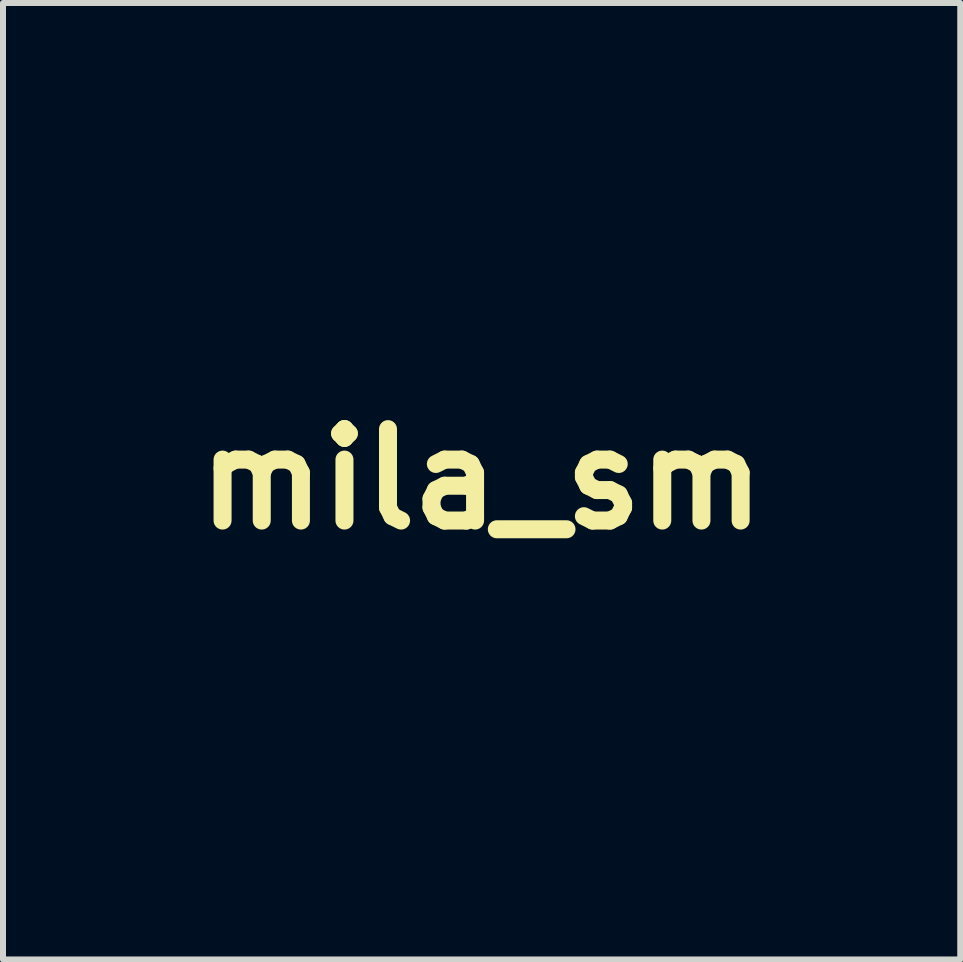
<source format=kicad_pcb>
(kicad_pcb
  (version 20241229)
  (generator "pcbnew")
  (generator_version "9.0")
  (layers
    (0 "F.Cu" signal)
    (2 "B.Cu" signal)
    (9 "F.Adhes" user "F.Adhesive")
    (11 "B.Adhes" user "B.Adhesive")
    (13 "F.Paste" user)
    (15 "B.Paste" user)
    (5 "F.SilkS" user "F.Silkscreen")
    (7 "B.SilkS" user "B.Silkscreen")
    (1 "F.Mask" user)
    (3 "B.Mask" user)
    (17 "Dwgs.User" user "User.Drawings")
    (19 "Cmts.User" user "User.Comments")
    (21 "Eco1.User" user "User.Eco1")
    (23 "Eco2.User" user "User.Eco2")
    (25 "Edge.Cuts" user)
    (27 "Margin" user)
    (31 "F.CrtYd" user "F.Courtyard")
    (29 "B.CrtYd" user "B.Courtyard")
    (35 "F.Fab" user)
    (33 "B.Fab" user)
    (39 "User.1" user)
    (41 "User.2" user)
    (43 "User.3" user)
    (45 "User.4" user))
  (footprint "mila_sm"
    (layer "F.Cu")
    (at 4.978 4.938)
    (property "Reference" "mila_sm" (at 0 0 0) (layer "F.SilkS") (effects (font (size 1.524 1.524) (thickness 0.3))))
    (attr through_hole)
    (fp_poly (pts (xy -2.121 1.01) (xy -2.127 1.016) (xy -2.134 1.01) (xy -2.127 1.003) (xy -2.121 1.01)) (stroke (width 0.01) (type solid)) (fill yes) (layer "F.Mask"))
    (fp_poly (pts (xy -2.07 1.035) (xy -2.076 1.041) (xy -2.083 1.035) (xy -2.076 1.029) (xy -2.07 1.035)) (stroke (width 0.01) (type solid)) (fill yes) (layer "F.Mask"))
    (fp_poly (pts (xy -2.045 1.378) (xy -2.051 1.384) (xy -2.057 1.378) (xy -2.051 1.372) (xy -2.045 1.378)) (stroke (width 0.01) (type solid)) (fill yes) (layer "F.Mask"))
    (fp_poly (pts (xy -1.854 -1.403) (xy -1.861 -1.397) (xy -1.867 -1.403) (xy -1.861 -1.41) (xy -1.854 -1.403)) (stroke (width 0.01) (type solid)) (fill yes) (layer "F.Mask"))
    (fp_poly (pts (xy -1.841 0.641) (xy -1.848 0.648) (xy -1.854 0.641) (xy -1.848 0.635) (xy -1.841 0.641)) (stroke (width 0.01) (type solid)) (fill yes) (layer "F.Mask"))
    (fp_poly (pts (xy -1.816 -0.603) (xy -1.822 -0.597) (xy -1.829 -0.603) (xy -1.822 -0.61) (xy -1.816 -0.603)) (stroke (width 0.01) (type solid)) (fill yes) (layer "F.Mask"))
    (fp_poly (pts (xy -1.448 1.556) (xy -1.454 1.562) (xy -1.46 1.556) (xy -1.454 1.549) (xy -1.448 1.556)) (stroke (width 0.01) (type solid)) (fill yes) (layer "F.Mask"))
    (fp_poly (pts (xy -1.206 4.832) (xy -1.213 4.839) (xy -1.219 4.832) (xy -1.213 4.826) (xy -1.206 4.832)) (stroke (width 0.01) (type solid)) (fill yes) (layer "F.Mask"))
    (fp_poly (pts (xy -1.181 -1.848) (xy -1.187 -1.841) (xy -1.194 -1.848) (xy -1.187 -1.854) (xy -1.181 -1.848)) (stroke (width 0.01) (type solid)) (fill yes) (layer "F.Mask"))
    (fp_poly (pts (xy -0.953 -1.772) (xy -0.959 -1.765) (xy -0.965 -1.772) (xy -0.959 -1.778) (xy -0.953 -1.772)) (stroke (width 0.01) (type solid)) (fill yes) (layer "F.Mask"))
    (fp_poly (pts (xy -0.737 2.889) (xy -0.743 2.896) (xy -0.749 2.889) (xy -0.743 2.883) (xy -0.737 2.889)) (stroke (width 0.01) (type solid)) (fill yes) (layer "F.Mask"))
    (fp_poly (pts (xy -0.61 -1.429) (xy -0.616 -1.422) (xy -0.622 -1.429) (xy -0.616 -1.435) (xy -0.61 -1.429)) (stroke (width 0.01) (type solid)) (fill yes) (layer "F.Mask"))
    (fp_poly (pts (xy -0.483 -0.857) (xy -0.489 -0.851) (xy -0.495 -0.857) (xy -0.489 -0.864) (xy -0.483 -0.857)) (stroke (width 0.01) (type solid)) (fill yes) (layer "F.Mask"))
    (fp_poly (pts (xy -0.343 0.07) (xy -0.349 0.076) (xy -0.356 0.07) (xy -0.349 0.064) (xy -0.343 0.07)) (stroke (width 0.01) (type solid)) (fill yes) (layer "F.Mask"))
    (fp_poly (pts (xy -0.203 0.743) (xy -0.21 0.749) (xy -0.216 0.743) (xy -0.21 0.737) (xy -0.203 0.743)) (stroke (width 0.01) (type solid)) (fill yes) (layer "F.Mask"))
    (fp_poly (pts (xy -0.191 -3.74) (xy -0.197 -3.734) (xy -0.203 -3.74) (xy -0.197 -3.747) (xy -0.191 -3.74)) (stroke (width 0.01) (type solid)) (fill yes) (layer "F.Mask"))
    (fp_poly (pts (xy 0.152 0.845) (xy 0.146 0.851) (xy 0.14 0.845) (xy 0.146 0.838) (xy 0.152 0.845)) (stroke (width 0.01) (type solid)) (fill yes) (layer "F.Mask"))
    (fp_poly (pts (xy 1.041 3.41) (xy 1.035 3.416) (xy 1.029 3.41) (xy 1.035 3.404) (xy 1.041 3.41)) (stroke (width 0.01) (type solid)) (fill yes) (layer "F.Mask"))
    (fp_poly (pts (xy 1.092 3.359) (xy 1.086 3.365) (xy 1.079 3.359) (xy 1.086 3.353) (xy 1.092 3.359)) (stroke (width 0.01) (type solid)) (fill yes) (layer "F.Mask"))
    (fp_poly (pts (xy 1.968 3.359) (xy 1.962 3.365) (xy 1.956 3.359) (xy 1.962 3.353) (xy 1.968 3.359)) (stroke (width 0.01) (type solid)) (fill yes) (layer "F.Mask"))
    (fp_poly (pts (xy 2.349 2.762) (xy 2.343 2.769) (xy 2.337 2.762) (xy 2.343 2.756) (xy 2.349 2.762)) (stroke (width 0.01) (type solid)) (fill yes) (layer "F.Mask"))
    (fp_poly (pts (xy 2.349 2.851) (xy 2.343 2.857) (xy 2.337 2.851) (xy 2.343 2.845) (xy 2.349 2.851)) (stroke (width 0.01) (type solid)) (fill yes) (layer "F.Mask"))
    (fp_poly (pts (xy 2.375 2.762) (xy 2.369 2.769) (xy 2.362 2.762) (xy 2.369 2.756) (xy 2.375 2.762)) (stroke (width 0.01) (type solid)) (fill yes) (layer "F.Mask"))
    (fp_poly (pts (xy -2.163 0.055) (xy -2.162 0.07) (xy -2.163 0.072) (xy -2.171 0.07) (xy -2.172 0.064) (xy -2.167 0.053) (xy -2.163 0.055)) (stroke (width 0.01) (type solid)) (fill yes) (layer "F.Mask"))
    (fp_poly (pts (xy -1.668 -2.294) (xy -1.666 -2.279) (xy -1.668 -2.278) (xy -1.675 -2.279) (xy -1.676 -2.286) (xy -1.672 -2.296) (xy -1.668 -2.294)) (stroke (width 0.01) (type solid)) (fill yes) (layer "F.Mask"))
    (fp_poly (pts (xy -1.477 -2.51) (xy -1.476 -2.495) (xy -1.477 -2.493) (xy -1.485 -2.495) (xy -1.486 -2.502) (xy -1.481 -2.512) (xy -1.477 -2.51)) (stroke (width 0.01) (type solid)) (fill yes) (layer "F.Mask"))
    (fp_poly (pts (xy -0.741 3.128) (xy -0.739 3.144) (xy -0.741 3.145) (xy -0.748 3.144) (xy -0.749 3.137) (xy -0.745 3.126) (xy -0.741 3.128)) (stroke (width 0.01) (type solid)) (fill yes) (layer "F.Mask"))
    (fp_poly (pts (xy -0.5 -0.803) (xy -0.498 -0.777) (xy -0.5 -0.772) (xy -0.504 -0.77) (xy -0.506 -0.787) (xy -0.504 -0.805) (xy -0.5 -0.803)) (stroke (width 0.01) (type solid)) (fill yes) (layer "F.Mask"))
    (fp_poly (pts (xy -0.474 -0.758) (xy -0.473 -0.743) (xy -0.474 -0.741) (xy -0.482 -0.743) (xy -0.483 -0.749) (xy -0.478 -0.76) (xy -0.474 -0.758)) (stroke (width 0.01) (type solid)) (fill yes) (layer "F.Mask"))
    (fp_poly (pts (xy 2.307 2.913) (xy 2.309 2.928) (xy 2.307 2.929) (xy 2.3 2.928) (xy 2.299 2.921) (xy 2.303 2.911) (xy 2.307 2.913)) (stroke (width 0.01) (type solid)) (fill yes) (layer "F.Mask"))
    (fp_poly (pts (xy -2.165 0.495) (xy -2.179 0.506) (xy -2.194 0.508) (xy -2.197 0.503) (xy -2.187 0.495) (xy -2.177 0.49) (xy -2.164 0.49) (xy -2.165 0.495)) (stroke (width 0.01) (type solid)) (fill yes) (layer "F.Mask"))
    (fp_poly (pts (xy -2.132 0.936) (xy -2.131 0.937) (xy -2.123 0.959) (xy -2.124 0.967) (xy -2.13 0.97) (xy -2.137 0.954) (xy -2.14 0.934) (xy -2.132 0.936)) (stroke (width 0.01) (type solid)) (fill yes) (layer "F.Mask"))
    (fp_poly (pts (xy -0.971 -1.795) (xy -0.973 -1.785) (xy -0.983 -1.767) (xy -0.99 -1.77) (xy -0.991 -1.777) (xy -0.981 -1.794) (xy -0.978 -1.797) (xy -0.971 -1.795)) (stroke (width 0.01) (type solid)) (fill yes) (layer "F.Mask"))
    (fp_poly (pts (xy -2.188 0.643) (xy -2.197 0.66) (xy -2.207 0.672) (xy -2.21 0.661) (xy -2.21 0.658) (xy -2.203 0.635) (xy -2.197 0.629) (xy -2.186 0.628) (xy -2.188 0.643)) (stroke (width 0.01) (type solid)) (fill yes) (layer "F.Mask"))
    (fp_poly (pts (xy -2.111 1.035) (xy -2.093 1.055) (xy -2.09 1.057) (xy -2.09 1.065) (xy -2.1 1.067) (xy -2.118 1.056) (xy -2.121 1.045) (xy -2.117 1.032) (xy -2.111 1.035)) (stroke (width 0.01) (type solid)) (fill yes) (layer "F.Mask"))
    (fp_poly (pts (xy -2.085 1.108) (xy -2.079 1.132) (xy -2.082 1.142) (xy -2.092 1.15) (xy -2.101 1.134) (xy -2.102 1.131) (xy -2.106 1.104) (xy -2.1 1.097) (xy -2.085 1.108)) (stroke (width 0.01) (type solid)) (fill yes) (layer "F.Mask"))
    (fp_poly (pts (xy -2.052 1.246) (xy -2.047 1.262) (xy -2.054 1.27) (xy -2.055 1.27) (xy -2.07 1.26) (xy -2.075 1.25) (xy -2.075 1.235) (xy -2.068 1.235) (xy -2.052 1.246)) (stroke (width 0.01) (type solid)) (fill yes) (layer "F.Mask"))
    (fp_poly (pts (xy -1.956 1.495) (xy -1.956 1.498) (xy -1.965 1.515) (xy -1.968 1.518) (xy -1.979 1.515) (xy -1.981 1.506) (xy -1.975 1.488) (xy -1.968 1.486) (xy -1.956 1.495)) (stroke (width 0.01) (type solid)) (fill yes) (layer "F.Mask"))
    (fp_poly (pts (xy -1.956 1.568) (xy -1.944 1.58) (xy -1.943 1.582) (xy -1.953 1.587) (xy -1.956 1.587) (xy -1.968 1.578) (xy -1.968 1.574) (xy -1.961 1.566) (xy -1.956 1.568)) (stroke (width 0.01) (type solid)) (fill yes) (layer "F.Mask"))
    (fp_poly (pts (xy -1.776 -1.636) (xy -1.76 -1.632) (xy -1.765 -1.628) (xy -1.788 -1.624) (xy -1.814 -1.622) (xy -1.819 -1.627) (xy -1.818 -1.629) (xy -1.797 -1.636) (xy -1.776 -1.636)) (stroke (width 0.01) (type solid)) (fill yes) (layer "F.Mask"))
    (fp_poly (pts (xy -1.769 -1.059) (xy -1.772 -1.054) (xy -1.784 -1.042) (xy -1.786 -1.041) (xy -1.787 -1.05) (xy -1.784 -1.054) (xy -1.772 -1.066) (xy -1.77 -1.067) (xy -1.769 -1.059)) (stroke (width 0.01) (type solid)) (fill yes) (layer "F.Mask"))
    (fp_poly (pts (xy -1.732 -1.097) (xy -1.734 -1.092) (xy -1.75 -1.08) (xy -1.754 -1.079) (xy -1.761 -1.087) (xy -1.759 -1.092) (xy -1.742 -1.104) (xy -1.738 -1.105) (xy -1.732 -1.097)) (stroke (width 0.01) (type solid)) (fill yes) (layer "F.Mask"))
    (fp_poly (pts (xy -1.668 -2.384) (xy -1.666 -2.352) (xy -1.668 -2.34) (xy -1.671 -2.336) (xy -1.673 -2.354) (xy -1.673 -2.362) (xy -1.672 -2.385) (xy -1.669 -2.388) (xy -1.668 -2.384)) (stroke (width 0.01) (type solid)) (fill yes) (layer "F.Mask"))
    (fp_poly (pts (xy -1.309 -3.978) (xy -1.312 -3.957) (xy -1.33 -3.939) (xy -1.341 -3.937) (xy -1.355 -3.939) (xy -1.351 -3.949) (xy -1.34 -3.962) (xy -1.319 -3.98) (xy -1.309 -3.978)) (stroke (width 0.01) (type solid)) (fill yes) (layer "F.Mask"))
    (fp_poly (pts (xy -0.496 -3.79) (xy -0.495 -3.786) (xy -0.505 -3.768) (xy -0.508 -3.766) (xy -0.52 -3.766) (xy -0.521 -3.77) (xy -0.511 -3.788) (xy -0.508 -3.791) (xy -0.496 -3.79)) (stroke (width 0.01) (type solid)) (fill yes) (layer "F.Mask"))
    (fp_poly (pts (xy -0.411 -3.739) (xy -0.413 -3.734) (xy -0.424 -3.722) (xy -0.426 -3.721) (xy -0.432 -3.731) (xy -0.432 -3.734) (xy -0.422 -3.746) (xy -0.418 -3.747) (xy -0.411 -3.739)) (stroke (width 0.01) (type solid)) (fill yes) (layer "F.Mask"))
    (fp_poly (pts (xy -0.064 -4.919) (xy -0.043 -4.911) (xy -0.038 -4.907) (xy -0.049 -4.903) (xy -0.064 -4.902) (xy -0.084 -4.907) (xy -0.089 -4.914) (xy -0.079 -4.92) (xy -0.064 -4.919)) (stroke (width 0.01) (type solid)) (fill yes) (layer "F.Mask"))
    (fp_poly (pts (xy 1.994 0.881) (xy 1.994 0.886) (xy 1.991 0.91) (xy 1.982 0.911) (xy 1.976 0.904) (xy 1.977 0.886) (xy 1.982 0.876) (xy 1.991 0.867) (xy 1.994 0.881)) (stroke (width 0.01) (type solid)) (fill yes) (layer "F.Mask"))
    (fp_poly (pts (xy 2.067 1.263) (xy 2.07 1.27) (xy 2.068 1.281) (xy 2.057 1.278) (xy 2.045 1.27) (xy 2.033 1.26) (xy 2.045 1.258) (xy 2.048 1.257) (xy 2.067 1.263)) (stroke (width 0.01) (type solid)) (fill yes) (layer "F.Mask"))
    (fp_poly (pts (xy 2.257 1.769) (xy 2.261 1.773) (xy 2.244 1.775) (xy 2.235 1.775) (xy 2.212 1.774) (xy 2.209 1.77) (xy 2.213 1.769) (xy 2.245 1.767) (xy 2.257 1.769)) (stroke (width 0.01) (type solid)) (fill yes) (layer "F.Mask"))
    (fp_poly (pts (xy -2.16 0.369) (xy -2.171 0.391) (xy -2.178 0.401) (xy -2.191 0.416) (xy -2.196 0.412) (xy -2.197 0.405) (xy -2.188 0.38) (xy -2.178 0.368) (xy -2.163 0.36) (xy -2.16 0.369)) (stroke (width 0.01) (type solid)) (fill yes) (layer "F.Mask"))
    (fp_poly (pts (xy -1.976 1.417) (xy -1.96 1.432) (xy -1.957 1.449) (xy -1.968 1.46) (xy -1.972 1.46) (xy -1.99 1.451) (xy -2.004 1.435) (xy -2.011 1.415) (xy -2 1.41) (xy -1.976 1.417)) (stroke (width 0.01) (type solid)) (fill yes) (layer "F.Mask"))
    (fp_poly (pts (xy -2.172 -3.331) (xy -2.167 -3.324) (xy -2.161 -3.302) (xy -2.175 -3.281) (xy -2.192 -3.267) (xy -2.2 -3.271) (xy -2.204 -3.28) (xy -2.21 -3.311) (xy -2.203 -3.333) (xy -2.189 -3.342) (xy -2.172 -3.331)) (stroke (width 0.01) (type solid)) (fill yes) (layer "F.Mask"))
    (fp_poly (pts (xy -1.638 -1.665) (xy -1.649 -1.653) (xy -1.675 -1.641) (xy -1.678 -1.64) (xy -1.714 -1.629) (xy -1.732 -1.626) (xy -1.732 -1.632) (xy -1.714 -1.642) (xy -1.67 -1.663) (xy -1.645 -1.67) (xy -1.638 -1.665)) (stroke (width 0.01) (type solid)) (fill yes) (layer "F.Mask"))
    (fp_poly (pts (xy -1.636 -2.716) (xy -1.626 -2.697) (xy -1.626 -2.693) (xy -1.635 -2.676) (xy -1.654 -2.672) (xy -1.671 -2.684) (xy -1.672 -2.688) (xy -1.673 -2.711) (xy -1.671 -2.717) (xy -1.655 -2.725) (xy -1.636 -2.716)) (stroke (width 0.01) (type solid)) (fill yes) (layer "F.Mask"))
    (fp_poly (pts (xy -1.372 -4.096) (xy -1.372 -4.081) (xy -1.38 -4.053) (xy -1.398 -4.031) (xy -1.412 -4.026) (xy -1.422 -4.036) (xy -1.422 -4.043) (xy -1.414 -4.064) (xy -1.397 -4.083) (xy -1.379 -4.098) (xy -1.372 -4.096)) (stroke (width 0.01) (type solid)) (fill yes) (layer "F.Mask"))
    (fp_poly (pts (xy -2.105 0.827) (xy -2.096 0.834) (xy -2.095 0.84) (xy -2.105 0.858) (xy -2.126 0.877) (xy -2.146 0.888) (xy -2.148 0.889) (xy -2.152 0.879) (xy -2.148 0.857) (xy -2.139 0.834) (xy -2.13 0.826) (xy -2.105 0.827)) (stroke (width 0.01) (type solid)) (fill yes) (layer "F.Mask"))
    (fp_poly (pts (xy -2.096 -0.221) (xy -2.105 -0.206) (xy -2.128 -0.186) (xy -2.129 -0.185) (xy -2.151 -0.172) (xy -2.157 -0.176) (xy -2.157 -0.178) (xy -2.146 -0.194) (xy -2.126 -0.211) (xy -2.107 -0.222) (xy -2.096 -0.223) (xy -2.096 -0.221)) (stroke (width 0.01) (type solid)) (fill yes) (layer "F.Mask"))
    (fp_poly (pts (xy -0.362 -3.736) (xy -0.355 -3.713) (xy -0.359 -3.689) (xy -0.368 -3.677) (xy -0.375 -3.679) (xy -0.373 -3.689) (xy -0.374 -3.714) (xy -0.381 -3.728) (xy -0.39 -3.743) (xy -0.378 -3.746) (xy -0.376 -3.747) (xy -0.362 -3.736)) (stroke (width 0.01) (type solid)) (fill yes) (layer "F.Mask"))
    (fp_poly (pts (xy 2.25 1.673) (xy 2.269 1.692) (xy 2.284 1.712) (xy 2.286 1.719) (xy 2.277 1.727) (xy 2.258 1.725) (xy 2.241 1.713) (xy 2.239 1.711) (xy 2.229 1.686) (xy 2.229 1.668) (xy 2.234 1.664) (xy 2.25 1.673)) (stroke (width 0.01) (type solid)) (fill yes) (layer "F.Mask"))
    (fp_poly (pts (xy -0.247 -3.642) (xy -0.251 -3.631) (xy -0.26 -3.616) (xy -0.278 -3.602) (xy -0.306 -3.591) (xy -0.337 -3.583) (xy -0.36 -3.581) (xy -0.368 -3.587) (xy -0.358 -3.595) (xy -0.332 -3.609) (xy -0.3 -3.624) (xy -0.27 -3.637) (xy -0.25 -3.642) (xy -0.247 -3.642)) (stroke (width 0.01) (type solid)) (fill yes) (layer "F.Mask"))
    (fp_poly (pts (xy -0.263 -4.932) (xy -0.249 -4.929) (xy -0.239 -4.922) (xy -0.247 -4.915) (xy -0.275 -4.905) (xy -0.323 -4.893) (xy -0.371 -4.885) (xy -0.411 -4.881) (xy -0.437 -4.883) (xy -0.445 -4.888) (xy -0.435 -4.904) (xy -0.422 -4.913) (xy -0.391 -4.923) (xy -0.347 -4.93) (xy -0.301 -4.933) (xy -0.263 -4.932)) (stroke (width 0.01) (type solid)) (fill yes) (layer "F.Mask"))
    (fp_poly (pts (xy 1.502 -1.655) (xy 1.511 -1.637) (xy 1.511 -1.636) (xy 1.502 -1.627) (xy 1.483 -1.627) (xy 1.468 -1.637) (xy 1.469 -1.645) (xy 1.486 -1.645) (xy 1.492 -1.638) (xy 1.499 -1.645) (xy 1.492 -1.651) (xy 1.486 -1.645) (xy 1.469 -1.645) (xy 1.471 -1.651) (xy 1.478 -1.655) (xy 1.502 -1.655)) (stroke (width 0.01) (type solid)) (fill yes) (layer "F.Mask"))
    (fp_poly (pts (xy 2.283 2.942) (xy 2.283 2.942) (xy 2.306 2.957) (xy 2.311 2.972) (xy 2.315 3.002) (xy 2.318 3.013) (xy 2.314 3.027) (xy 2.297 3.032) (xy 2.281 3.026) (xy 2.28 3.011) (xy 2.283 3) (xy 2.279 2.978) (xy 2.267 2.964) (xy 2.25 2.947) (xy 2.256 2.939) (xy 2.283 2.942)) (stroke (width 0.01) (type solid)) (fill yes) (layer "F.Mask"))
    (fp_poly (pts (xy 1.494 -1.608) (xy 1.521 -1.594) (xy 1.543 -1.566) (xy 1.557 -1.531) (xy 1.561 -1.495) (xy 1.555 -1.466) (xy 1.535 -1.451) (xy 1.533 -1.45) (xy 1.519 -1.45) (xy 1.519 -1.464) (xy 1.524 -1.48) (xy 1.53 -1.506) (xy 1.522 -1.53) (xy 1.505 -1.552) (xy 1.48 -1.585) (xy 1.475 -1.603) (xy 1.489 -1.608) (xy 1.494 -1.608)) (stroke (width 0.01) (type solid)) (fill yes) (layer "F.Mask"))
    (fp_poly (pts (xy 2.073 1.336) (xy 2.097 1.358) (xy 2.127 1.395) (xy 2.161 1.438) (xy 2.196 1.479) (xy 2.221 1.504) (xy 2.248 1.535) (xy 2.26 1.559) (xy 2.255 1.573) (xy 2.246 1.575) (xy 2.23 1.566) (xy 2.204 1.544) (xy 2.186 1.526) (xy 2.155 1.492) (xy 2.129 1.46) (xy 2.121 1.448) (xy 2.099 1.418) (xy 2.073 1.384) (xy 2.071 1.381) (xy 2.052 1.355) (xy 2.051 1.339) (xy 2.057 1.334) (xy 2.073 1.336)) (stroke (width 0.01) (type solid)) (fill yes) (layer "F.Mask"))
    (fp_poly (pts (xy 2.219 1.802) (xy 2.231 1.829) (xy 2.241 1.862) (xy 2.247 1.894) (xy 2.248 1.902) (xy 2.252 1.927) (xy 2.259 1.936) (xy 2.271 1.948) (xy 2.293 1.977) (xy 2.322 2.015) (xy 2.334 2.03) (xy 2.369 2.082) (xy 2.386 2.118) (xy 2.385 2.136) (xy 2.365 2.137) (xy 2.358 2.135) (xy 2.34 2.124) (xy 2.336 2.117) (xy 2.334 2.108) (xy 2.326 2.092) (xy 2.308 2.065) (xy 2.278 2.024) (xy 2.251 1.986) (xy 2.229 1.953) (xy 2.217 1.927) (xy 2.216 1.917) (xy 2.215 1.9) (xy 2.203 1.874) (xy 2.192 1.846) (xy 2.191 1.817) (xy 2.198 1.795) (xy 2.208 1.791) (xy 2.219 1.802)) (stroke (width 0.01) (type solid)) (fill yes) (layer "F.Mask"))
    (fp_poly (pts (xy 2.385 2.169) (xy 2.411 2.195) (xy 2.434 2.228) (xy 2.447 2.26) (xy 2.455 2.287) (xy 2.464 2.299) (xy 2.464 2.299) (xy 2.481 2.31) (xy 2.498 2.336) (xy 2.514 2.371) (xy 2.522 2.403) (xy 2.522 2.419) (xy 2.523 2.455) (xy 2.533 2.486) (xy 2.556 2.535) (xy 2.57 2.568) (xy 2.575 2.595) (xy 2.573 2.624) (xy 2.566 2.657) (xy 2.56 2.699) (xy 2.558 2.734) (xy 2.56 2.747) (xy 2.56 2.764) (xy 2.543 2.769) (xy 2.518 2.756) (xy 2.501 2.729) (xy 2.492 2.701) (xy 2.495 2.685) (xy 2.502 2.679) (xy 2.513 2.667) (xy 2.508 2.645) (xy 2.504 2.635) (xy 2.497 2.614) (xy 2.501 2.61) (xy 2.502 2.61) (xy 2.512 2.606) (xy 2.515 2.592) (xy 2.509 2.571) (xy 2.502 2.565) (xy 2.491 2.555) (xy 2.489 2.545) (xy 2.481 2.523) (xy 2.462 2.493) (xy 2.457 2.487) (xy 2.436 2.454) (xy 2.436 2.434) (xy 2.456 2.426) (xy 2.458 2.426) (xy 2.474 2.418) (xy 2.472 2.396) (xy 2.453 2.363) (xy 2.438 2.345) (xy 2.415 2.315) (xy 2.402 2.289) (xy 2.4 2.282) (xy 2.393 2.26) (xy 2.373 2.231) (xy 2.367 2.223) (xy 2.35 2.199) (xy 2.347 2.186) (xy 2.349 2.184) (xy 2.358 2.177) (xy 2.356 2.172) (xy 2.357 2.16) (xy 2.362 2.159) (xy 2.385 2.169)) (stroke (width 0.01) (type solid)) (fill yes) (layer "F.Mask"))
    (fp_poly (pts (xy 1.562 -1.426) (xy 1.59 -1.404) (xy 1.6 -1.377) (xy 1.607 -1.352) (xy 1.619 -1.33) (xy 1.632 -1.299) (xy 1.642 -1.257) (xy 1.643 -1.244) (xy 1.647 -1.212) (xy 1.652 -1.184) (xy 1.661 -1.155) (xy 1.675 -1.117) (xy 1.698 -1.064) (xy 1.702 -1.054) (xy 1.733 -0.975) (xy 1.759 -0.901) (xy 1.777 -0.836) (xy 1.787 -0.785) (xy 1.787 -0.755) (xy 1.791 -0.712) (xy 1.805 -0.681) (xy 1.821 -0.646) (xy 1.829 -0.616) (xy 1.829 -0.614) (xy 1.833 -0.587) (xy 1.846 -0.541) (xy 1.867 -0.479) (xy 1.893 -0.404) (xy 1.924 -0.32) (xy 1.928 -0.308) (xy 1.945 -0.26) (xy 1.959 -0.212) (xy 1.97 -0.158) (xy 1.98 -0.093) (xy 1.99 -0.013) (xy 2 0.079) (xy 2.005 0.142) (xy 2.009 0.215) (xy 2.013 0.296) (xy 2.015 0.38) (xy 2.016 0.463) (xy 2.017 0.541) (xy 2.016 0.611) (xy 2.014 0.67) (xy 2.011 0.712) (xy 2.007 0.734) (xy 2.005 0.737) (xy 1.991 0.727) (xy 1.986 0.721) (xy 1.983 0.704) (xy 1.98 0.665) (xy 1.977 0.61) (xy 1.975 0.54) (xy 1.973 0.461) (xy 1.973 0.432) (xy 1.971 0.346) (xy 1.969 0.265) (xy 1.966 0.193) (xy 1.963 0.136) (xy 1.959 0.098) (xy 1.958 0.092) (xy 1.953 0.049) (xy 1.956 0.028) (xy 1.959 0.025) (xy 1.963 0.018) (xy 1.957 0.008) (xy 1.947 -0.015) (xy 1.939 -0.052) (xy 1.937 -0.063) (xy 1.925 -0.147) (xy 1.905 -0.23) (xy 1.88 -0.302) (xy 1.865 -0.335) (xy 1.844 -0.381) (xy 1.825 -0.435) (xy 1.812 -0.483) (xy 1.809 -0.502) (xy 1.793 -0.588) (xy 1.784 -0.616) (xy 1.791 -0.616) (xy 1.797 -0.61) (xy 1.803 -0.616) (xy 1.797 -0.622) (xy 1.791 -0.616) (xy 1.784 -0.616) (xy 1.764 -0.674) (xy 1.727 -0.747) (xy 1.723 -0.754) (xy 1.698 -0.79) (xy 1.726 -0.773) (xy 1.746 -0.757) (xy 1.753 -0.746) (xy 1.762 -0.737) (xy 1.766 -0.737) (xy 1.769 -0.746) (xy 1.76 -0.771) (xy 1.754 -0.784) (xy 1.726 -0.839) (xy 1.705 -0.889) (xy 1.695 -0.926) (xy 1.695 -0.927) (xy 1.688 -0.948) (xy 1.674 -0.984) (xy 1.659 -1.016) (xy 1.641 -1.058) (xy 1.629 -1.094) (xy 1.626 -1.112) (xy 1.619 -1.141) (xy 1.61 -1.153) (xy 1.602 -1.166) (xy 1.614 -1.169) (xy 1.625 -1.171) (xy 1.615 -1.18) (xy 1.613 -1.181) (xy 1.601 -1.191) (xy 1.611 -1.194) (xy 1.622 -1.198) (xy 1.615 -1.211) (xy 1.606 -1.229) (xy 1.608 -1.236) (xy 1.608 -1.251) (xy 1.6 -1.264) (xy 1.59 -1.283) (xy 1.591 -1.291) (xy 1.589 -1.304) (xy 1.573 -1.325) (xy 1.559 -1.345) (xy 1.561 -1.356) (xy 1.561 -1.356) (xy 1.56 -1.366) (xy 1.544 -1.387) (xy 1.533 -1.397) (xy 1.492 -1.434) (xy 1.526 -1.435) (xy 1.562 -1.426)) (stroke (width 0.01) (type solid)) (fill yes) (layer "F.Mask"))
    (fp_poly (pts (xy -2.187 -3.126) (xy -2.173 -3.101) (xy -2.171 -3.098) (xy -2.162 -3.068) (xy -2.166 -3.052) (xy -2.17 -3.049) (xy -2.18 -3.034) (xy -2.172 -3.013) (xy -2.143 -2.984) (xy -2.093 -2.945) (xy -2.066 -2.926) (xy -2.014 -2.892) (xy -1.978 -2.871) (xy -1.951 -2.862) (xy -1.929 -2.862) (xy -1.929 -2.862) (xy -1.902 -2.863) (xy -1.89 -2.856) (xy -1.875 -2.847) (xy -1.846 -2.842) (xy -1.838 -2.842) (xy -1.806 -2.839) (xy -1.789 -2.826) (xy -1.778 -2.799) (xy -1.765 -2.773) (xy -1.754 -2.762) (xy -1.751 -2.763) (xy -1.739 -2.758) (xy -1.728 -2.741) (xy -1.719 -2.723) (xy -1.716 -2.728) (xy -1.715 -2.734) (xy -1.709 -2.75) (xy -1.702 -2.75) (xy -1.693 -2.733) (xy -1.691 -2.702) (xy -1.691 -2.701) (xy -1.693 -2.68) (xy -1.697 -2.68) (xy -1.698 -2.683) (xy -1.707 -2.698) (xy -1.727 -2.692) (xy -1.749 -2.687) (xy -1.757 -2.696) (xy -1.763 -2.704) (xy -1.764 -2.695) (xy -1.769 -2.686) (xy -1.785 -2.698) (xy -1.786 -2.699) (xy -1.809 -2.712) (xy -1.824 -2.713) (xy -1.843 -2.714) (xy -1.848 -2.719) (xy -1.864 -2.725) (xy -1.868 -2.723) (xy -1.887 -2.724) (xy -1.9 -2.732) (xy -1.918 -2.741) (xy -1.931 -2.73) (xy -1.931 -2.73) (xy -1.941 -2.711) (xy -1.938 -2.695) (xy -1.922 -2.673) (xy -1.912 -2.663) (xy -1.88 -2.638) (xy -1.848 -2.629) (xy -1.824 -2.626) (xy -1.816 -2.619) (xy -1.806 -2.608) (xy -1.784 -2.595) (xy -1.761 -2.588) (xy -1.753 -2.592) (xy -1.743 -2.596) (xy -1.72 -2.587) (xy -1.718 -2.586) (xy -1.686 -2.574) (xy -1.645 -2.562) (xy -1.605 -2.553) (xy -1.576 -2.55) (xy -1.571 -2.551) (xy -1.554 -2.544) (xy -1.531 -2.522) (xy -1.508 -2.493) (xy -1.491 -2.464) (xy -1.486 -2.446) (xy -1.497 -2.444) (xy -1.527 -2.443) (xy -1.559 -2.444) (xy -1.603 -2.444) (xy -1.639 -2.441) (xy -1.654 -2.436) (xy -1.671 -2.432) (xy -1.676 -2.448) (xy -1.676 -2.452) (xy -1.68 -2.471) (xy -1.691 -2.467) (xy -1.693 -2.466) (xy -1.713 -2.459) (xy -1.738 -2.471) (xy -1.767 -2.483) (xy -1.79 -2.483) (xy -1.813 -2.483) (xy -1.822 -2.489) (xy -1.84 -2.497) (xy -1.855 -2.495) (xy -1.875 -2.494) (xy -1.88 -2.501) (xy -1.886 -2.512) (xy -1.889 -2.512) (xy -1.917 -2.515) (xy -1.953 -2.533) (xy -1.99 -2.56) (xy -1.999 -2.568) (xy -2.024 -2.6) (xy -2.035 -2.634) (xy -2.037 -2.665) (xy -2.04 -2.702) (xy -2.049 -2.724) (xy -1.968 -2.724) (xy -1.962 -2.718) (xy -1.956 -2.724) (xy -1.962 -2.731) (xy -1.968 -2.724) (xy -2.049 -2.724) (xy -2.049 -2.725) (xy -2.072 -2.742) (xy -2.086 -2.749) (xy -2.115 -2.769) (xy -2.132 -2.786) (xy -2.134 -2.791) (xy -2.143 -2.806) (xy -2.148 -2.807) (xy -2.157 -2.812) (xy -2.155 -2.815) (xy -2.157 -2.828) (xy -2.172 -2.841) (xy -2.189 -2.864) (xy -2.172 -2.864) (xy -2.165 -2.857) (xy -2.159 -2.864) (xy -2.165 -2.87) (xy -2.172 -2.864) (xy -2.189 -2.864) (xy -2.192 -2.867) (xy -2.197 -2.889) (xy -2.2 -2.919) (xy -2.207 -2.961) (xy -2.212 -2.982) (xy -2.218 -3.025) (xy -2.219 -3.069) (xy -2.214 -3.107) (xy -2.206 -3.131) (xy -2.198 -3.137) (xy -2.187 -3.126)) (stroke (width 0.01) (type solid)) (fill yes) (layer "F.Mask"))
    (fp_poly (pts (xy 2.468 2.756) (xy 2.491 2.772) (xy 2.515 2.794) (xy 2.527 2.813) (xy 2.527 2.815) (xy 2.518 2.838) (xy 2.495 2.862) (xy 2.468 2.879) (xy 2.463 2.881) (xy 2.446 2.889) (xy 2.435 2.906) (xy 2.428 2.938) (xy 2.424 2.988) (xy 2.423 3.016) (xy 2.422 3.076) (xy 2.422 3.119) (xy 2.422 3.156) (xy 2.425 3.194) (xy 2.429 3.244) (xy 2.432 3.271) (xy 2.442 3.374) (xy 2.401 3.403) (xy 2.363 3.425) (xy 2.316 3.445) (xy 2.302 3.45) (xy 2.256 3.466) (xy 2.212 3.486) (xy 2.201 3.492) (xy 2.162 3.509) (xy 2.114 3.522) (xy 2.095 3.525) (xy 2.037 3.543) (xy 1.995 3.576) (xy 1.972 3.622) (xy 1.968 3.649) (xy 1.956 3.695) (xy 1.924 3.745) (xy 1.899 3.781) (xy 1.883 3.814) (xy 1.88 3.829) (xy 1.871 3.858) (xy 1.854 3.88) (xy 1.835 3.907) (xy 1.829 3.931) (xy 1.818 3.966) (xy 1.79 3.99) (xy 1.751 3.999) (xy 1.709 3.991) (xy 1.7 3.987) (xy 1.674 3.979) (xy 1.66 3.987) (xy 1.63 4) (xy 1.587 3.997) (xy 1.536 3.979) (xy 1.505 3.961) (xy 1.461 3.93) (xy 1.413 3.892) (xy 1.365 3.851) (xy 1.323 3.812) (xy 1.292 3.778) (xy 1.275 3.755) (xy 1.275 3.753) (xy 1.261 3.724) (xy 1.243 3.697) (xy 1.213 3.641) (xy 1.201 3.576) (xy 1.203 3.562) (xy 1.753 3.562) (xy 1.759 3.569) (xy 1.765 3.562) (xy 1.759 3.556) (xy 1.753 3.562) (xy 1.203 3.562) (xy 1.206 3.528) (xy 1.21 3.499) (xy 1.208 3.486) (xy 1.207 3.486) (xy 1.192 3.483) (xy 1.181 3.473) (xy 1.178 3.468) (xy 1.359 3.468) (xy 1.362 3.493) (xy 1.371 3.499) (xy 1.372 3.499) (xy 1.379 3.485) (xy 1.72 3.485) (xy 1.724 3.505) (xy 1.738 3.526) (xy 1.758 3.53) (xy 1.771 3.519) (xy 1.768 3.504) (xy 1.754 3.493) (xy 1.729 3.482) (xy 1.72 3.485) (xy 1.379 3.485) (xy 1.381 3.481) (xy 1.384 3.46) (xy 1.38 3.436) (xy 1.372 3.429) (xy 1.363 3.44) (xy 1.359 3.467) (xy 1.359 3.468) (xy 1.178 3.468) (xy 1.173 3.458) (xy 1.18 3.454) (xy 1.193 3.444) (xy 1.194 3.438) (xy 1.202 3.42) (xy 1.223 3.392) (xy 1.244 3.369) (xy 1.269 3.34) (xy 1.282 3.32) (xy 1.282 3.312) (xy 1.28 3.3) (xy 1.291 3.275) (xy 1.3 3.261) (xy 1.319 3.228) (xy 1.319 3.21) (xy 1.317 3.209) (xy 1.313 3.203) (xy 1.322 3.201) (xy 1.352 3.19) (xy 1.384 3.162) (xy 1.409 3.127) (xy 1.418 3.112) (xy 1.431 3.104) (xy 1.453 3.101) (xy 1.49 3.103) (xy 1.522 3.106) (xy 1.569 3.11) (xy 1.604 3.115) (xy 1.623 3.118) (xy 1.624 3.119) (xy 1.617 3.126) (xy 1.593 3.137) (xy 1.586 3.14) (xy 1.543 3.158) (xy 1.584 3.159) (xy 1.626 3.167) (xy 1.673 3.184) (xy 1.712 3.206) (xy 1.727 3.219) (xy 1.731 3.23) (xy 1.718 3.233) (xy 1.687 3.231) (xy 1.632 3.226) (xy 1.686 3.252) (xy 1.719 3.271) (xy 1.738 3.288) (xy 1.74 3.299) (xy 1.728 3.302) (xy 1.723 3.312) (xy 1.726 3.337) (xy 1.741 3.365) (xy 1.768 3.374) (xy 1.799 3.382) (xy 1.838 3.4) (xy 1.852 3.409) (xy 1.891 3.43) (xy 1.927 3.444) (xy 1.937 3.447) (xy 1.959 3.449) (xy 1.96 3.448) (xy 2.019 3.448) (xy 2.026 3.454) (xy 2.032 3.448) (xy 2.026 3.442) (xy 2.019 3.448) (xy 1.96 3.448) (xy 1.961 3.443) (xy 1.954 3.433) (xy 1.945 3.416) (xy 1.955 3.4) (xy 1.965 3.391) (xy 2.002 3.375) (xy 2.025 3.375) (xy 2.049 3.375) (xy 2.057 3.368) (xy 2.047 3.354) (xy 2.022 3.338) (xy 1.992 3.323) (xy 1.987 3.321) (xy 2.338 3.321) (xy 2.341 3.333) (xy 2.357 3.351) (xy 2.376 3.347) (xy 2.379 3.345) (xy 2.38 3.329) (xy 2.373 3.312) (xy 2.358 3.297) (xy 2.343 3.302) (xy 2.338 3.321) (xy 1.987 3.321) (xy 1.965 3.315) (xy 1.962 3.315) (xy 1.949 3.304) (xy 1.94 3.277) (xy 1.94 3.253) (xy 1.945 3.246) (xy 1.945 3.246) (xy 1.955 3.263) (xy 1.956 3.27) (xy 1.964 3.289) (xy 1.983 3.292) (xy 2.003 3.277) (xy 2.004 3.275) (xy 2.012 3.257) (xy 2.008 3.251) (xy 1.999 3.245) (xy 2.273 3.245) (xy 2.28 3.251) (xy 2.286 3.245) (xy 2.28 3.239) (xy 2.273 3.245) (xy 1.999 3.245) (xy 1.993 3.24) (xy 1.986 3.211) (xy 1.989 3.175) (xy 1.993 3.167) (xy 2.21 3.167) (xy 2.224 3.177) (xy 2.232 3.179) (xy 2.267 3.186) (xy 2.283 3.181) (xy 2.286 3.172) (xy 2.283 3.169) (xy 2.337 3.169) (xy 2.343 3.175) (xy 2.349 3.169) (xy 2.343 3.162) (xy 2.337 3.169) (xy 2.283 3.169) (xy 2.275 3.16) (xy 2.248 3.156) (xy 2.311 3.156) (xy 2.318 3.162) (xy 2.324 3.156) (xy 2.318 3.15) (xy 2.311 3.156) (xy 2.248 3.156) (xy 2.219 3.159) (xy 2.21 3.167) (xy 1.993 3.167) (xy 1.997 3.156) (xy 2.134 3.156) (xy 2.14 3.162) (xy 2.146 3.156) (xy 2.14 3.15) (xy 2.134 3.156) (xy 1.997 3.156) (xy 2 3.148) (xy 2.007 3.143) (xy 2.045 3.143) (xy 2.051 3.15) (xy 2.057 3.143) (xy 2.051 3.137) (xy 2.045 3.143) (xy 2.007 3.143) (xy 2.015 3.137) (xy 2.015 3.137) (xy 2.027 3.131) (xy 2.026 3.125) (xy 2.028 3.109) (xy 2.032 3.105) (xy 2.04 3.09) (xy 2.038 3.085) (xy 2.037 3.074) (xy 2.05 3.073) (xy 2.071 3.082) (xy 2.091 3.096) (xy 2.094 3.1) (xy 2.111 3.118) (xy 2.123 3.117) (xy 2.134 3.104) (xy 2.143 3.09) (xy 2.138 3.09) (xy 2.124 3.087) (xy 2.118 3.074) (xy 2.223 3.074) (xy 2.233 3.084) (xy 2.256 3.093) (xy 2.278 3.093) (xy 2.286 3.086) (xy 2.284 3.081) (xy 2.328 3.081) (xy 2.33 3.086) (xy 2.342 3.098) (xy 2.344 3.099) (xy 2.349 3.089) (xy 2.349 3.086) (xy 2.34 3.074) (xy 2.336 3.073) (xy 2.328 3.081) (xy 2.284 3.081) (xy 2.276 3.067) (xy 2.253 3.058) (xy 2.235 3.061) (xy 2.223 3.074) (xy 2.118 3.074) (xy 2.117 3.072) (xy 2.116 3.053) (xy 2.127 3.053) (xy 2.146 3.049) (xy 2.151 3.04) (xy 2.168 3.029) (xy 2.198 3.024) (xy 2.232 3.026) (xy 2.26 3.035) (xy 2.27 3.044) (xy 2.285 3.055) (xy 2.315 3.061) (xy 2.319 3.061) (xy 2.34 3.06) (xy 2.354 3.055) (xy 2.362 3.041) (xy 2.365 3.015) (xy 2.365 2.97) (xy 2.364 2.924) (xy 2.364 2.877) (xy 2.369 2.85) (xy 2.375 2.845) (xy 2.386 2.835) (xy 2.386 2.829) (xy 2.389 2.804) (xy 2.39 2.8) (xy 2.4 2.8) (xy 2.407 2.807) (xy 2.413 2.8) (xy 2.407 2.794) (xy 2.4 2.8) (xy 2.39 2.8) (xy 2.393 2.791) (xy 2.404 2.777) (xy 2.419 2.785) (xy 2.431 2.803) (xy 2.43 2.81) (xy 2.435 2.818) (xy 2.445 2.819) (xy 2.459 2.824) (xy 2.459 2.83) (xy 2.462 2.839) (xy 2.469 2.841) (xy 2.482 2.832) (xy 2.481 2.813) (xy 2.469 2.796) (xy 2.458 2.777) (xy 2.456 2.766) (xy 2.457 2.754) (xy 2.468 2.756)) (stroke (width 0.01) (type solid)) (fill yes) (layer "F.Mask"))
    (fp_poly (pts (xy -1.06 -2.289) (xy -1.044 -2.246) (xy -1.042 -2.223) (xy -1.04 -2.195) (xy -1.034 -2.19) (xy -1.028 -2.197) (xy -1.019 -2.208) (xy -1.019 -2.196) (xy -1.021 -2.191) (xy -1.028 -2.162) (xy -1.038 -2.123) (xy -1.04 -2.115) (xy -1.049 -2.07) (xy -1.057 -2.017) (xy -1.059 -1.999) (xy -1.065 -1.953) (xy -1.071 -1.912) (xy -1.074 -1.898) (xy -1.078 -1.874) (xy -1.07 -1.871) (xy -1.069 -1.872) (xy -1.056 -1.873) (xy -1.054 -1.868) (xy -1.063 -1.855) (xy -1.067 -1.854) (xy -1.079 -1.844) (xy -1.079 -1.841) (xy -1.072 -1.833) (xy -1.067 -1.835) (xy -1.06 -1.836) (xy -1.061 -1.824) (xy -1.071 -1.797) (xy -1.091 -1.751) (xy -1.098 -1.734) (xy -1.116 -1.691) (xy -1.128 -1.657) (xy -1.135 -1.632) (xy -1.135 -1.622) (xy -1.128 -1.629) (xy -1.114 -1.656) (xy -1.112 -1.661) (xy -1.093 -1.697) (xy -1.076 -1.721) (xy -1.068 -1.727) (xy -1.056 -1.734) (xy -1.056 -1.737) (xy -1.05 -1.764) (xy -1.027 -1.794) (xy -1.005 -1.811) (xy -0.985 -1.823) (xy -0.981 -1.823) (xy -0.994 -1.809) (xy -1.009 -1.792) (xy -1.031 -1.765) (xy -1.033 -1.752) (xy -1.015 -1.751) (xy -1.012 -1.751) (xy -1.011 -1.744) (xy -1.022 -1.725) (xy -1.039 -1.701) (xy -1.056 -1.68) (xy -1.067 -1.67) (xy -1.078 -1.652) (xy -1.079 -1.641) (xy -1.077 -1.627) (xy -1.071 -1.637) (xy -1.069 -1.642) (xy -1.058 -1.66) (xy -1.052 -1.661) (xy -1.04 -1.667) (xy -1.016 -1.685) (xy -0.988 -1.709) (xy -0.96 -1.735) (xy -0.941 -1.756) (xy -0.936 -1.765) (xy -0.927 -1.775) (xy -0.906 -1.787) (xy -0.885 -1.796) (xy -0.883 -1.792) (xy -0.891 -1.782) (xy -0.905 -1.758) (xy -0.908 -1.746) (xy -0.915 -1.729) (xy -0.933 -1.702) (xy -0.957 -1.67) (xy -0.982 -1.639) (xy -1.004 -1.616) (xy -1.017 -1.606) (xy -1.018 -1.607) (xy -1.029 -1.601) (xy -1.052 -1.582) (xy -1.074 -1.56) (xy -1.099 -1.531) (xy -1.105 -1.519) (xy -1.093 -1.524) (xy -1.063 -1.547) (xy -1.061 -1.548) (xy -1.047 -1.558) (xy -1.046 -1.553) (xy -1.048 -1.539) (xy -1.036 -1.538) (xy -1.03 -1.543) (xy -0.991 -1.543) (xy -0.984 -1.537) (xy -0.978 -1.543) (xy -0.984 -1.549) (xy -0.991 -1.543) (xy -1.03 -1.543) (xy -1.022 -1.55) (xy -1.022 -1.55) (xy -1.007 -1.562) (xy -0.976 -1.58) (xy -0.948 -1.594) (xy -0.883 -1.625) (xy -0.972 -1.548) (xy -0.933 -1.564) (xy -0.894 -1.583) (xy -0.862 -1.603) (xy -0.83 -1.621) (xy -0.816 -1.623) (xy -0.817 -1.607) (xy -0.818 -1.603) (xy -0.821 -1.59) (xy -0.814 -1.597) (xy -0.807 -1.606) (xy -0.79 -1.621) (xy -0.78 -1.622) (xy -0.781 -1.607) (xy -0.798 -1.581) (xy -0.826 -1.55) (xy -0.86 -1.518) (xy -0.873 -1.508) (xy -0.902 -1.485) (xy -0.91 -1.475) (xy -0.897 -1.479) (xy -0.896 -1.48) (xy -0.838 -1.48) (xy -0.832 -1.473) (xy -0.826 -1.48) (xy -0.832 -1.486) (xy -0.838 -1.48) (xy -0.896 -1.48) (xy -0.863 -1.496) (xy -0.843 -1.507) (xy -0.809 -1.525) (xy -0.795 -1.53) (xy -0.798 -1.521) (xy -0.8 -1.519) (xy -0.81 -1.504) (xy -0.805 -1.499) (xy -0.779 -1.504) (xy -0.774 -1.505) (xy -0.738 -1.519) (xy -0.697 -1.543) (xy -0.677 -1.557) (xy -0.647 -1.581) (xy -0.625 -1.597) (xy -0.618 -1.6) (xy -0.612 -1.589) (xy -0.615 -1.561) (xy -0.624 -1.521) (xy -0.637 -1.475) (xy -0.655 -1.429) (xy -0.674 -1.388) (xy -0.681 -1.376) (xy -0.703 -1.34) (xy -0.668 -1.375) (xy -0.639 -1.401) (xy -0.62 -1.409) (xy -0.606 -1.402) (xy -0.606 -1.387) (xy -0.613 -1.357) (xy -0.624 -1.321) (xy -0.637 -1.286) (xy -0.65 -1.262) (xy -0.651 -1.261) (xy -0.656 -1.239) (xy -0.653 -1.23) (xy -0.651 -1.221) (xy -0.656 -1.223) (xy -0.669 -1.218) (xy -0.686 -1.197) (xy -0.689 -1.192) (xy -0.71 -1.155) (xy -0.685 -1.175) (xy -0.66 -1.175) (xy -0.654 -1.168) (xy -0.648 -1.175) (xy -0.654 -1.181) (xy -0.66 -1.175) (xy -0.685 -1.175) (xy -0.665 -1.19) (xy -0.62 -1.224) (xy -0.624 -1.187) (xy -0.623 -1.159) (xy -0.612 -1.153) (xy -0.609 -1.145) (xy -0.615 -1.123) (xy -0.629 -1.092) (xy -0.647 -1.059) (xy -0.665 -1.031) (xy -0.678 -1.017) (xy -0.695 -0.995) (xy -0.699 -0.982) (xy -0.693 -0.972) (xy -0.68 -0.982) (xy -0.659 -1.011) (xy -0.558 -1.011) (xy -0.555 -0.994) (xy -0.551 -0.994) (xy -0.548 -1.011) (xy -0.55 -1.018) (xy -0.556 -1.023) (xy -0.558 -1.011) (xy -0.659 -1.011) (xy -0.659 -1.012) (xy -0.641 -1.042) (xy -0.581 -1.042) (xy -0.579 -1.041) (xy -0.568 -1.05) (xy -0.565 -1.054) (xy -0.562 -1.066) (xy -0.564 -1.067) (xy -0.575 -1.058) (xy -0.578 -1.054) (xy -0.581 -1.042) (xy -0.641 -1.042) (xy -0.633 -1.058) (xy -0.631 -1.061) (xy -0.603 -1.111) (xy -0.572 -1.163) (xy -0.56 -1.181) (xy -0.536 -1.211) (xy -0.524 -1.218) (xy -0.521 -1.203) (xy -0.53 -1.168) (xy -0.54 -1.137) (xy -0.553 -1.099) (xy -0.557 -1.082) (xy -0.552 -1.084) (xy -0.54 -1.099) (xy -0.527 -1.114) (xy -0.526 -1.11) (xy -0.533 -1.088) (xy -0.544 -1.055) (xy -0.544 -1.044) (xy -0.533 -1.053) (xy -0.526 -1.061) (xy -0.514 -1.074) (xy -0.51 -1.071) (xy -0.511 -1.049) (xy -0.514 -1.029) (xy -0.523 -0.98) (xy -0.536 -0.926) (xy -0.541 -0.91) (xy -0.553 -0.868) (xy -0.554 -0.846) (xy -0.547 -0.846) (xy -0.531 -0.869) (xy -0.52 -0.89) (xy -0.506 -0.917) (xy -0.5 -0.923) (xy -0.501 -0.913) (xy -0.51 -0.864) (xy -0.519 -0.801) (xy -0.529 -0.735) (xy -0.535 -0.676) (xy -0.538 -0.648) (xy -0.54 -0.616) (xy -0.538 -0.607) (xy -0.532 -0.618) (xy -0.53 -0.623) (xy -0.516 -0.659) (xy -0.507 -0.683) (xy -0.492 -0.703) (xy -0.474 -0.711) (xy -0.46 -0.705) (xy -0.457 -0.695) (xy -0.46 -0.676) (xy -0.465 -0.639) (xy -0.472 -0.59) (xy -0.475 -0.572) (xy -0.483 -0.522) (xy -0.488 -0.484) (xy -0.49 -0.463) (xy -0.489 -0.46) (xy -0.483 -0.468) (xy -0.472 -0.492) (xy -0.471 -0.495) (xy -0.432 -0.495) (xy -0.427 -0.485) (xy -0.423 -0.487) (xy -0.422 -0.502) (xy -0.423 -0.504) (xy -0.431 -0.502) (xy -0.432 -0.495) (xy -0.471 -0.495) (xy -0.47 -0.498) (xy -0.453 -0.541) (xy -0.437 -0.58) (xy -0.425 -0.611) (xy -0.419 -0.633) (xy -0.419 -0.634) (xy -0.411 -0.643) (xy -0.405 -0.64) (xy -0.398 -0.623) (xy -0.395 -0.589) (xy -0.397 -0.545) (xy -0.401 -0.498) (xy -0.409 -0.456) (xy -0.418 -0.427) (xy -0.421 -0.422) (xy -0.432 -0.407) (xy -0.425 -0.41) (xy -0.418 -0.416) (xy -0.401 -0.424) (xy -0.388 -0.411) (xy -0.384 -0.403) (xy -0.368 -0.36) (xy -0.357 -0.305) (xy -0.351 -0.232) (xy -0.349 -0.171) (xy -0.348 -0.118) (xy -0.346 -0.074) (xy -0.343 -0.045) (xy -0.342 -0.04) (xy -0.347 -0.021) (xy -0.354 -0.016) (xy -0.366 -0.016) (xy -0.363 -0.033) (xy -0.359 -0.049) (xy -0.368 -0.043) (xy -0.369 -0.043) (xy -0.377 -0.024) (xy -0.383 0.007) (xy -0.385 0.042) (xy -0.384 0.071) (xy -0.378 0.087) (xy -0.376 0.088) (xy -0.359 0.097) (xy -0.35 0.122) (xy -0.354 0.154) (xy -0.356 0.159) (xy -0.362 0.193) (xy -0.355 0.21) (xy -0.349 0.226) (xy -0.356 0.231) (xy -0.364 0.245) (xy -0.371 0.279) (xy -0.377 0.327) (xy -0.382 0.383) (xy -0.384 0.442) (xy -0.383 0.483) (xy -0.387 0.531) (xy -0.397 0.59) (xy -0.412 0.649) (xy -0.429 0.695) (xy -0.433 0.702) (xy -0.438 0.72) (xy -0.432 0.724) (xy -0.42 0.713) (xy -0.412 0.692) (xy -0.396 0.666) (xy -0.376 0.66) (xy -0.349 0.648) (xy -0.319 0.611) (xy -0.317 0.609) (xy -0.296 0.58) (xy -0.267 0.549) (xy -0.235 0.52) (xy -0.207 0.497) (xy -0.186 0.487) (xy -0.181 0.488) (xy -0.181 0.501) (xy -0.185 0.534) (xy -0.192 0.581) (xy -0.197 0.611) (xy -0.207 0.668) (xy -0.213 0.706) (xy -0.217 0.729) (xy -0.218 0.742) (xy -0.218 0.751) (xy -0.217 0.759) (xy -0.211 0.775) (xy -0.199 0.77) (xy -0.186 0.748) (xy -0.178 0.724) (xy -0.166 0.692) (xy -0.155 0.675) (xy -0.151 0.673) (xy -0.145 0.681) (xy -0.148 0.689) (xy -0.149 0.696) (xy -0.135 0.687) (xy -0.122 0.678) (xy -0.116 0.683) (xy -0.115 0.705) (xy -0.117 0.735) (xy -0.122 0.776) (xy -0.13 0.806) (xy -0.137 0.815) (xy -0.151 0.839) (xy -0.152 0.85) (xy -0.16 0.878) (xy -0.168 0.89) (xy -0.168 0.891) (xy -0.158 0.883) (xy 0.045 0.883) (xy 0.047 0.901) (xy 0.047 0.903) (xy 0.055 0.92) (xy 0.061 0.916) (xy 0.058 0.893) (xy 0.053 0.886) (xy 0.045 0.883) (xy -0.158 0.883) (xy -0.153 0.878) (xy -0.126 0.853) (xy -0.124 0.851) (xy -0.086 0.811) (xy -0.066 0.778) (xy -0.064 0.766) (xy -0.059 0.743) (xy -0.05 0.737) (xy -0.043 0.745) (xy -0.046 0.752) (xy -0.046 0.758) (xy -0.032 0.749) (xy -0.015 0.737) (xy -0.014 0.744) (xy -0.019 0.756) (xy -0.028 0.789) (xy -0.03 0.806) (xy -0.036 0.832) (xy -0.044 0.841) (xy -0.046 0.849) (xy -0.036 0.851) (xy -0.012 0.844) (xy -0.006 0.837) (xy 0.012 0.829) (xy 0.019 0.83) (xy 0.037 0.826) (xy 0.044 0.816) (xy 0.055 0.803) (xy 0.065 0.81) (xy 0.072 0.83) (xy 0.075 0.871) (xy 0.074 0.913) (xy 0.073 0.962) (xy 0.076 0.993) (xy 0.081 1.003) (xy 0.088 0.991) (xy 0.096 0.959) (xy 0.104 0.93) (xy 0.114 0.915) (xy 0.116 0.914) (xy 0.126 0.904) (xy 0.127 0.896) (xy 0.136 0.883) (xy 0.145 0.884) (xy 0.158 0.9) (xy 0.158 0.912) (xy 0.159 0.916) (xy 0.163 0.908) (xy 0.368 0.908) (xy 0.375 0.914) (xy 0.381 0.908) (xy 0.375 0.902) (xy 0.368 0.908) (xy 0.163 0.908) (xy 0.168 0.898) (xy 0.185 0.863) (xy 0.207 0.813) (xy 0.217 0.794) (xy 0.221 0.794) (xy 0.225 0.817) (xy 0.226 0.829) (xy 0.232 0.859) (xy 0.241 0.876) (xy 0.243 0.876) (xy 0.25 0.866) (xy 0.248 0.852) (xy 0.249 0.827) (xy 0.257 0.817) (xy 0.275 0.798) (xy 0.29 0.775) (xy 0.305 0.743) (xy 0.298 0.779) (xy 0.296 0.804) (xy 0.304 0.807) (xy 0.315 0.789) (xy 0.318 0.769) (xy 0.325 0.74) (xy 0.335 0.725) (xy 0.351 0.719) (xy 0.361 0.734) (xy 0.367 0.772) (xy 0.368 0.82) (xy 0.37 0.858) (xy 0.376 0.883) (xy 0.381 0.889) (xy 0.391 0.878) (xy 0.394 0.863) (xy 0.402 0.837) (xy 0.422 0.806) (xy 0.425 0.803) (xy 0.446 0.781) (xy 0.455 0.778) (xy 0.457 0.791) (xy 0.457 0.796) (xy 0.462 0.822) (xy 0.47 0.832) (xy 0.48 0.849) (xy 0.483 0.874) (xy 0.485 0.896) (xy 0.49 0.895) (xy 0.495 0.883) (xy 0.503 0.853) (xy 0.507 0.814) (xy 0.507 0.81) (xy 0.512 0.775) (xy 0.524 0.755) (xy 0.538 0.753) (xy 0.546 0.762) (xy 0.555 0.785) (xy 0.563 0.82) (xy 0.564 0.827) (xy 0.572 0.857) (xy 0.583 0.875) (xy 0.593 0.876) (xy 0.597 0.858) (xy 0.597 0.857) (xy 0.605 0.835) (xy 0.622 0.813) (xy 0.641 0.796) (xy 0.653 0.798) (xy 0.666 0.816) (xy 0.681 0.843) (xy 0.686 0.86) (xy 0.696 0.877) (xy 0.717 0.891) (xy 0.742 0.91) (xy 0.766 0.942) (xy 0.785 0.976) (xy 0.792 1.005) (xy 0.791 1.012) (xy 0.795 1.031) (xy 0.799 1.035) (xy 0.81 1.053) (xy 0.813 1.071) (xy 0.819 1.101) (xy 0.833 1.138) (xy 0.836 1.145) (xy 0.852 1.191) (xy 0.849 1.218) (xy 0.843 1.247) (xy 0.841 1.289) (xy 0.841 1.303) (xy 0.839 1.346) (xy 0.829 1.37) (xy 0.827 1.371) (xy 0.816 1.381) (xy 0.827 1.388) (xy 0.837 1.394) (xy 0.829 1.396) (xy 0.816 1.407) (xy 0.813 1.421) (xy 0.806 1.444) (xy 0.798 1.451) (xy 0.79 1.465) (xy 0.785 1.503) (xy 0.784 1.564) (xy 0.784 1.582) (xy 0.783 1.637) (xy 0.781 1.672) (xy 0.777 1.685) (xy 0.774 1.681) (xy 0.76 1.655) (xy 0.75 1.645) (xy 0.742 1.63) (xy 0.743 1.625) (xy 0.742 1.614) (xy 0.737 1.613) (xy 0.725 1.622) (xy 0.726 1.64) (xy 0.738 1.656) (xy 0.743 1.659) (xy 0.76 1.672) (xy 0.762 1.678) (xy 0.752 1.688) (xy 0.743 1.689) (xy 0.727 1.7) (xy 0.724 1.714) (xy 0.73 1.732) (xy 0.743 1.732) (xy 0.76 1.731) (xy 0.763 1.735) (xy 0.77 1.789) (xy 0.782 1.837) (xy 0.796 1.873) (xy 0.81 1.891) (xy 0.814 1.892) (xy 0.84 1.895) (xy 0.861 1.909) (xy 0.864 1.911) (xy 0.89 1.927) (xy 0.921 1.937) (xy 0.955 1.949) (xy 0.978 1.961) (xy 1.005 1.972) (xy 1.036 1.975) (xy 1.062 1.969) (xy 1.073 1.956) (xy 1.073 1.956) (xy 1.08 1.944) (xy 1.104 1.938) (xy 1.134 1.938) (xy 1.169 1.936) (xy 1.19 1.932) (xy 1.194 1.929) (xy 1.204 1.92) (xy 1.229 1.911) (xy 1.257 1.904) (xy 1.275 1.903) (xy 1.281 1.896) (xy 1.279 1.881) (xy 1.282 1.857) (xy 1.291 1.849) (xy 1.303 1.836) (xy 1.302 1.829) (xy 1.304 1.817) (xy 1.311 1.816) (xy 1.329 1.807) (xy 1.424 1.807) (xy 1.428 1.814) (xy 1.44 1.828) (xy 1.448 1.825) (xy 1.448 1.823) (xy 1.439 1.812) (xy 1.433 1.809) (xy 1.424 1.807) (xy 1.329 1.807) (xy 1.33 1.806) (xy 1.343 1.791) (xy 1.366 1.769) (xy 1.395 1.77) (xy 1.433 1.792) (xy 1.455 1.811) (xy 1.479 1.834) (xy 1.487 1.848) (xy 1.483 1.849) (xy 1.464 1.851) (xy 1.46 1.861) (xy 1.458 1.872) (xy 1.444 1.872) (xy 1.417 1.862) (xy 1.388 1.851) (xy 1.373 1.852) (xy 1.367 1.862) (xy 1.366 1.877) (xy 1.371 1.88) (xy 1.384 1.889) (xy 1.404 1.912) (xy 1.427 1.943) (xy 1.448 1.975) (xy 1.462 2) (xy 1.464 2.011) (xy 1.451 2.009) (xy 1.427 1.995) (xy 1.425 1.993) (xy 1.393 1.973) (xy 1.37 1.969) (xy 1.361 1.983) (xy 1.363 1.994) (xy 1.363 2.018) (xy 1.358 2.026) (xy 1.358 2.04) (xy 1.371 2.065) (xy 1.381 2.079) (xy 1.415 2.124) (xy 1.385 2.115) (xy 1.355 2.105) (xy 1.382 2.144) (xy 1.403 2.176) (xy 1.409 2.193) (xy 1.399 2.192) (xy 1.397 2.191) (xy 1.385 2.189) (xy 1.386 2.2) (xy 1.398 2.217) (xy 1.403 2.223) (xy 1.419 2.241) (xy 1.422 2.25) (xy 1.413 2.252) (xy 1.391 2.244) (xy 1.364 2.229) (xy 1.339 2.213) (xy 1.329 2.203) (xy 1.325 2.208) (xy 1.325 2.23) (xy 1.328 2.265) (xy 1.334 2.306) (xy 1.342 2.346) (xy 1.343 2.349) (xy 1.347 2.371) (xy 1.34 2.372) (xy 1.327 2.362) (xy 1.314 2.353) (xy 1.308 2.357) (xy 1.308 2.379) (xy 1.311 2.403) (xy 1.315 2.442) (xy 1.312 2.459) (xy 1.302 2.46) (xy 1.282 2.451) (xy 1.263 2.444) (xy 1.257 2.458) (xy 1.257 2.465) (xy 1.252 2.484) (xy 1.236 2.484) (xy 1.223 2.48) (xy 1.228 2.49) (xy 1.233 2.497) (xy 1.244 2.512) (xy 1.237 2.511) (xy 1.222 2.503) (xy 1.195 2.493) (xy 1.18 2.501) (xy 1.175 2.528) (xy 1.175 2.56) (xy 1.177 2.596) (xy 1.172 2.612) (xy 1.159 2.615) (xy 1.142 2.612) (xy 1.11 2.61) (xy 1.099 2.622) (xy 1.11 2.644) (xy 1.126 2.661) (xy 1.162 2.693) (xy 1.124 2.684) (xy 1.098 2.68) (xy 1.094 2.684) (xy 1.109 2.702) (xy 1.109 2.702) (xy 1.124 2.721) (xy 1.12 2.729) (xy 1.104 2.734) (xy 1.08 2.751) (xy 1.071 2.768) (xy 1.06 2.785) (xy 1.049 2.785) (xy 1.047 2.788) (xy 1.059 2.804) (xy 1.064 2.809) (xy 1.082 2.834) (xy 1.092 2.855) (xy 1.09 2.866) (xy 1.078 2.863) (xy 1.061 2.865) (xy 1.04 2.883) (xy 1.021 2.909) (xy 1.012 2.935) (xy 1.012 2.945) (xy 1.011 2.969) (xy 1.005 2.977) (xy 1.006 2.989) (xy 1.025 3.013) (xy 1.055 3.042) (xy 1.088 3.073) (xy 1.102 3.091) (xy 1.098 3.098) (xy 1.094 3.099) (xy 1.062 3.108) (xy 1.048 3.133) (xy 1.055 3.163) (xy 1.063 3.183) (xy 1.057 3.186) (xy 1.049 3.183) (xy 1.028 3.185) (xy 1.022 3.194) (xy 1.012 3.223) (xy 1.008 3.235) (xy 1.001 3.266) (xy 0.998 3.303) (xy 0.999 3.34) (xy 1.004 3.368) (xy 1.012 3.378) (xy 1.021 3.386) (xy 1.017 3.413) (xy 1.016 3.416) (xy 1.011 3.445) (xy 1.02 3.462) (xy 1.031 3.468) (xy 1.048 3.48) (xy 1.045 3.494) (xy 1.036 3.504) (xy 1.02 3.53) (xy 1.016 3.547) (xy 1.011 3.566) (xy 1.006 3.569) (xy 1.001 3.58) (xy 0.997 3.61) (xy 0.996 3.635) (xy 0.995 3.681) (xy 0.993 3.74) (xy 0.991 3.801) (xy 0.99 3.81) (xy 0.988 3.871) (xy 0.99 3.917) (xy 0.997 3.958) (xy 1.01 4.002) (xy 1.021 4.032) (xy 1.037 4.102) (xy 1.035 4.173) (xy 1.017 4.238) (xy 0.983 4.291) (xy 0.976 4.298) (xy 0.949 4.326) (xy 0.916 4.363) (xy 0.897 4.385) (xy 0.846 4.433) (xy 0.782 4.467) (xy 0.7 4.488) (xy 0.696 4.489) (xy 0.663 4.498) (xy 0.647 4.516) (xy 0.642 4.533) (xy 0.627 4.566) (xy 0.601 4.598) (xy 0.599 4.6) (xy 0.577 4.618) (xy 0.549 4.629) (xy 0.509 4.636) (xy 0.465 4.64) (xy 0.365 4.648) (xy 0.308 4.602) (xy 0.275 4.571) (xy 0.249 4.541) (xy 0.241 4.526) (xy 0.226 4.5) (xy 0.2 4.465) (xy 0.173 4.435) (xy 0.164 4.423) (xy 0.659 4.423) (xy 0.668 4.435) (xy 0.696 4.449) (xy 0.715 4.451) (xy 0.745 4.448) (xy 0.759 4.447) (xy 0.764 4.438) (xy 0.749 4.416) (xy 0.746 4.413) (xy 0.724 4.392) (xy 0.705 4.388) (xy 0.682 4.398) (xy 0.66 4.412) (xy 0.659 4.423) (xy 0.164 4.423) (xy 0.122 4.37) (xy 0.089 4.301) (xy 0.071 4.223) (xy 0.069 4.132) (xy 0.076 4.057) (xy 0.085 4.002) (xy 0.1 3.957) (xy 0.123 3.91) (xy 0.146 3.871) (xy 0.172 3.828) (xy 0.192 3.793) (xy 0.202 3.772) (xy 0.203 3.769) (xy 0.195 3.756) (xy 0.172 3.731) (xy 0.141 3.699) (xy 0.14 3.698) (xy 0.1 3.655) (xy 0.093 3.644) (xy 0.203 3.644) (xy 0.212 3.657) (xy 0.216 3.658) (xy 0.228 3.653) (xy 0.229 3.652) (xy 0.22 3.641) (xy 0.216 3.639) (xy 0.204 3.64) (xy 0.203 3.644) (xy 0.093 3.644) (xy 0.079 3.621) (xy 0.076 3.607) (xy 0.073 3.575) (xy 0.065 3.535) (xy 0.064 3.532) (xy 0.055 3.497) (xy 0.995 3.497) (xy 0.997 3.504) (xy 1.003 3.505) (xy 1.014 3.501) (xy 1.012 3.497) (xy 0.997 3.495) (xy 0.995 3.497) (xy 0.055 3.497) (xy 0.054 3.49) (xy 0.045 3.453) (xy 0.045 3.451) (xy 0.031 3.423) (xy 0.014 3.417) (xy 0.27 3.417) (xy 0.274 3.431) (xy 0.284 3.44) (xy 0.289 3.431) (xy 0.289 3.411) (xy 0.287 3.407) (xy 0.275 3.404) (xy 0.27 3.417) (xy 0.014 3.417) (xy 0.013 3.416) (xy -0.011 3.41) (xy -0.019 3.404) (xy -0.039 3.391) (xy -0.07 3.401) (xy -0.112 3.433) (xy -0.127 3.448) (xy -0.171 3.486) (xy -0.212 3.504) (xy -0.255 3.501) (xy -0.306 3.478) (xy -0.333 3.462) (xy -0.395 3.419) (xy -0.436 3.379) (xy -0.462 3.339) (xy -0.475 3.293) (xy -0.477 3.282) (xy -0.48 3.235) (xy -0.474 3.207) (xy -0.468 3.199) (xy -0.455 3.181) (xy 0 3.181) (xy 0.006 3.188) (xy 0.009 3.185) (xy 0.162 3.185) (xy 0.164 3.229) (xy 0.168 3.253) (xy 0.173 3.254) (xy 0.174 3.251) (xy 0.19 3.228) (xy 0.205 3.216) (xy 0.219 3.2) (xy 0.223 3.175) (xy 0.22 3.143) (xy 0.218 3.103) (xy 0.224 3.087) (xy 0.227 3.086) (xy 0.241 3.078) (xy 0.24 3.059) (xy 0.227 3.038) (xy 0.209 3.025) (xy 0.188 3.015) (xy 0.175 3.012) (xy 0.167 3.02) (xy 0.164 3.043) (xy 0.163 3.084) (xy 0.162 3.124) (xy 0.162 3.185) (xy 0.009 3.185) (xy 0.013 3.181) (xy 0.006 3.175) (xy 0 3.181) (xy -0.455 3.181) (xy -0.445 3.169) (xy -0.445 3.169) (xy -0.318 3.169) (xy -0.311 3.175) (xy -0.305 3.169) (xy -0.311 3.162) (xy -0.318 3.169) (xy -0.445 3.169) (xy -0.431 3.137) (xy 0.013 3.137) (xy 0.017 3.149) (xy 0.018 3.15) (xy 0.029 3.141) (xy 0.032 3.137) (xy 0.031 3.125) (xy 0.026 3.124) (xy 0.013 3.133) (xy 0.013 3.137) (xy -0.431 3.137) (xy -0.43 3.135) (xy -0.42 3.088) (xy -0.412 3.023) (xy -0.412 3.013) (xy -0.411 2.991) (xy 0.165 2.991) (xy 0.171 2.997) (xy 0.178 2.991) (xy 0.171 2.985) (xy 0.165 2.991) (xy -0.411 2.991) (xy -0.409 2.947) (xy -0.411 2.899) (xy -0.412 2.891) (xy 0.22 2.891) (xy 0.223 2.91) (xy 0.236 2.96) (xy 0.256 2.99) (xy 0.274 2.997) (xy 0.286 3.002) (xy 0.281 3.019) (xy 0.279 3.023) (xy 0.272 3.042) (xy 0.28 3.045) (xy 0.297 3.052) (xy 0.302 3.059) (xy 0.301 3.071) (xy 0.295 3.069) (xy 0.278 3.067) (xy 0.273 3.083) (xy 0.278 3.114) (xy 0.283 3.127) (xy 0.297 3.171) (xy 0.295 3.197) (xy 0.279 3.204) (xy 0.279 3.204) (xy 0.262 3.211) (xy 0.257 3.226) (xy 0.261 3.244) (xy 0.267 3.244) (xy 0.279 3.246) (xy 0.279 3.25) (xy 0.27 3.263) (xy 0.265 3.264) (xy 0.258 3.27) (xy 0.267 3.283) (xy 0.275 3.3) (xy 0.262 3.31) (xy 0.262 3.31) (xy 0.244 3.32) (xy 0.245 3.337) (xy 0.263 3.362) (xy 0.285 3.389) (xy 0.32 3.364) (xy 0.35 3.337) (xy 0.371 3.311) (xy 0.378 3.285) (xy 0.383 3.24) (xy 0.386 3.179) (xy 0.387 3.142) (xy 0.389 3.065) (xy 0.394 3.012) (xy 0.402 2.984) (xy 0.404 2.981) (xy 0.413 2.964) (xy 0.402 2.955) (xy 0.378 2.957) (xy 0.361 2.98) (xy 0.355 3.016) (xy 0.352 3.038) (xy 0.348 3.04) (xy 0.347 3.038) (xy 0.335 3.028) (xy 0.329 3.03) (xy 0.32 3.025) (xy 0.318 3.011) (xy 0.309 2.989) (xy 0.289 2.984) (xy 0.27 2.982) (xy 0.273 2.973) (xy 0.28 2.968) (xy 0.295 2.946) (xy 0.296 2.923) (xy 0.292 2.918) (xy 0.29 2.904) (xy 0.288 2.874) (xy 0.287 2.852) (xy 0.284 2.815) (xy 0.276 2.79) (xy 0.272 2.785) (xy 0.26 2.792) (xy 0.251 2.815) (xy 0.246 2.844) (xy 0.247 2.868) (xy 0.25 2.874) (xy 0.249 2.882) (xy 0.237 2.879) (xy 0.223 2.877) (xy 0.22 2.891) (xy -0.412 2.891) (xy -0.417 2.87) (xy -0.427 2.862) (xy -0.441 2.878) (xy -0.446 2.89) (xy -0.467 2.929) (xy -0.486 2.952) (xy -0.501 2.956) (xy -0.508 2.94) (xy -0.508 2.934) (xy -0.514 2.915) (xy -0.537 2.909) (xy -0.546 2.908) (xy -0.571 2.912) (xy -0.591 2.928) (xy -0.614 2.961) (xy -0.617 2.966) (xy -0.637 2.999) (xy -0.65 3.012) (xy -0.66 3.01) (xy -0.668 3.001) (xy -0.681 2.986) (xy -0.685 2.993) (xy -0.685 3.006) (xy -0.679 3.03) (xy -0.67 3.04) (xy -0.663 3.045) (xy -0.673 3.047) (xy -0.693 3.058) (xy -0.705 3.076) (xy -0.721 3.1) (xy -0.733 3.109) (xy -0.747 3.105) (xy -0.748 3.086) (xy -0.738 3.057) (xy -0.72 3.026) (xy -0.699 2.986) (xy -0.689 2.935) (xy -0.687 2.913) (xy -0.685 2.872) (xy -0.681 2.841) (xy -0.678 2.831) (xy -0.682 2.816) (xy -0.686 2.813) (xy -0.697 2.814) (xy -0.699 2.82) (xy -0.708 2.842) (xy -0.728 2.859) (xy -0.746 2.861) (xy -0.758 2.846) (xy -0.767 2.819) (xy -0.749 2.819) (xy -0.745 2.83) (xy -0.741 2.828) (xy -0.739 2.813) (xy -0.741 2.811) (xy -0.748 2.813) (xy -0.749 2.819) (xy -0.767 2.819) (xy -0.768 2.816) (xy -0.769 2.812) (xy -0.778 2.786) (xy -0.787 2.775) (xy -0.789 2.776) (xy -0.795 2.79) (xy -0.794 2.794) (xy -0.798 2.8) (xy -0.811 2.798) (xy -0.829 2.785) (xy -0.834 2.756) (xy -0.834 2.752) (xy -0.837 2.722) (xy -0.852 2.708) (xy -0.856 2.707) (xy -0.883 2.711) (xy -0.895 2.72) (xy -0.915 2.739) (xy -0.943 2.759) (xy -0.965 2.772) (xy -0.972 2.771) (xy -0.97 2.762) (xy -0.968 2.734) (xy -0.97 2.724) (xy -0.94 2.724) (xy -0.933 2.731) (xy -0.927 2.724) (xy -0.933 2.718) (xy -0.94 2.724) (xy -0.97 2.724) (xy -0.97 2.723) (xy -0.978 2.714) (xy -0.993 2.719) (xy -1.021 2.739) (xy -1.028 2.744) (xy -1.063 2.777) (xy -1.087 2.814) (xy -1.107 2.864) (xy -1.112 2.881) (xy -1.115 2.902) (xy -1.106 2.903) (xy -1.099 2.899) (xy -1.094 2.902) (xy -1.091 2.915) (xy -1.089 2.943) (xy -1.087 2.99) (xy -1.086 3.029) (xy -1.08 3.12) (xy -1.068 3.192) (xy -1.05 3.244) (xy -1.04 3.26) (xy -1.029 3.276) (xy -1.035 3.273) (xy -1.047 3.264) (xy -1.063 3.253) (xy -1.067 3.259) (xy -1.064 3.28) (xy -1.063 3.308) (xy -1.069 3.322) (xy -1.078 3.341) (xy -1.079 3.371) (xy -1.073 3.402) (xy -1.061 3.421) (xy -1.048 3.444) (xy -1.04 3.491) (xy -1.036 3.532) (xy -1.031 3.594) (xy -1.023 3.658) (xy -1.015 3.707) (xy -1.007 3.777) (xy -1.011 3.841) (xy -1.013 3.852) (xy -1.02 3.917) (xy -1.016 3.981) (xy -1.012 4.027) (xy -1.01 4.085) (xy -1.013 4.143) (xy -1.015 4.205) (xy -1.011 4.252) (xy -1 4.294) (xy -0.997 4.299) (xy -0.985 4.341) (xy -0.98 4.377) (xy -0.981 4.389) (xy -0.982 4.412) (xy -0.976 4.42) (xy -0.966 4.429) (xy -0.967 4.452) (xy -0.976 4.477) (xy -0.984 4.488) (xy -1 4.513) (xy -1.003 4.529) (xy -1.006 4.542) (xy -1.016 4.538) (xy -1.034 4.522) (xy -1.058 4.492) (xy -1.072 4.463) (xy -1.083 4.44) (xy -1.094 4.432) (xy -1.112 4.425) (xy -1.14 4.409) (xy -1.144 4.406) (xy -1.181 4.38) (xy -1.168 4.414) (xy -1.161 4.444) (xy -1.169 4.458) (xy -1.176 4.475) (xy -1.178 4.509) (xy -1.175 4.551) (xy -1.169 4.592) (xy -1.16 4.625) (xy -1.15 4.641) (xy -1.135 4.663) (xy -1.125 4.693) (xy -1.123 4.72) (xy -1.127 4.73) (xy -1.136 4.75) (xy -1.137 4.754) (xy -1.147 4.767) (xy -1.165 4.773) (xy -1.188 4.783) (xy -1.194 4.794) (xy -1.204 4.812) (xy -1.218 4.819) (xy -1.236 4.835) (xy -1.236 4.85) (xy -1.241 4.874) (xy -1.263 4.907) (xy -1.27 4.915) (xy -1.296 4.94) (xy -1.312 4.947) (xy -1.322 4.939) (xy -1.33 4.929) (xy -1.334 4.935) (xy -1.337 4.962) (xy -1.338 4.972) (xy -1.35 4.992) (xy -1.379 5.001) (xy -1.417 4.996) (xy -1.431 4.991) (xy -1.456 4.977) (xy -1.466 4.967) (xy -1.485 4.955) (xy -1.497 4.953) (xy -1.534 4.942) (xy -1.564 4.921) (xy -1.422 4.921) (xy -1.416 4.928) (xy -1.41 4.921) (xy -1.416 4.915) (xy -1.422 4.921) (xy -1.564 4.921) (xy -1.574 4.914) (xy -1.613 4.872) (xy -1.614 4.87) (xy -1.27 4.87) (xy -1.264 4.877) (xy -1.257 4.87) (xy -1.264 4.864) (xy -1.27 4.87) (xy -1.614 4.87) (xy -1.637 4.834) (xy -1.671 4.784) (xy -1.714 4.749) (xy -1.727 4.742) (xy -1.763 4.72) (xy -1.791 4.701) (xy -1.798 4.693) (xy -1.82 4.677) (xy -1.852 4.666) (xy -1.884 4.656) (xy -1.907 4.636) (xy -1.925 4.603) (xy -1.941 4.552) (xy -1.949 4.523) (xy -1.951 4.508) (xy -1.727 4.508) (xy -1.718 4.521) (xy -1.714 4.521) (xy -1.702 4.517) (xy -1.702 4.516) (xy -1.711 4.505) (xy -1.714 4.502) (xy -1.726 4.503) (xy -1.727 4.508) (xy -1.951 4.508) (xy -1.963 4.433) (xy -1.962 4.362) (xy -1.652 4.362) (xy -1.626 4.332) (xy -1.608 4.308) (xy -1.6 4.29) (xy -1.61 4.282) (xy -1.622 4.282) (xy -1.641 4.298) (xy -1.648 4.324) (xy -1.652 4.362) (xy -1.962 4.362) (xy -1.962 4.355) (xy -1.945 4.291) (xy -1.925 4.257) (xy -1.9 4.221) (xy -1.877 4.179) (xy -1.875 4.174) (xy -1.854 4.135) (xy -1.825 4.092) (xy -1.811 4.075) (xy -1.787 4.043) (xy -1.769 4.008) (xy -1.755 3.964) (xy -1.743 3.907) (xy -1.734 3.834) (xy -1.725 3.74) (xy -1.725 3.734) (xy -1.717 3.627) (xy -1.713 3.534) (xy -1.713 3.459) (xy -1.717 3.404) (xy -1.72 3.382) (xy -1.729 3.363) (xy -1.748 3.355) (xy -1.783 3.353) (xy -1.828 3.348) (xy -1.856 3.332) (xy -1.858 3.328) (xy -1.714 3.328) (xy -1.705 3.34) (xy -1.702 3.34) (xy -1.691 3.33) (xy -1.689 3.32) (xy -1.695 3.307) (xy -1.702 3.308) (xy -1.714 3.325) (xy -1.714 3.328) (xy -1.858 3.328) (xy -1.871 3.301) (xy -1.875 3.251) (xy -1.874 3.225) (xy -1.869 3.173) (xy -1.859 3.117) (xy -1.846 3.064) (xy -1.832 3.021) (xy -1.819 2.994) (xy -1.814 2.99) (xy -1.802 2.974) (xy -1.785 2.943) (xy -1.775 2.923) (xy -1.761 2.877) (xy -1.75 2.819) (xy -1.745 2.758) (xy -1.745 2.703) (xy -1.752 2.662) (xy -1.753 2.66) (xy -1.756 2.629) (xy -1.751 2.612) (xy -1.745 2.594) (xy -1.751 2.591) (xy -1.761 2.58) (xy -1.762 2.579) (xy 1.112 2.579) (xy 1.126 2.588) (xy 1.145 2.591) (xy 1.156 2.587) (xy 1.156 2.586) (xy 1.145 2.579) (xy 1.13 2.574) (xy 1.113 2.574) (xy 1.112 2.579) (xy -1.762 2.579) (xy -1.768 2.559) (xy 1.156 2.559) (xy 1.162 2.565) (xy 1.168 2.559) (xy 1.162 2.553) (xy 1.156 2.559) (xy -1.768 2.559) (xy -1.77 2.552) (xy -1.772 2.543) (xy -1.781 2.502) (xy -1.792 2.466) (xy -1.793 2.464) (xy -1.803 2.43) (xy 1.187 2.43) (xy 1.188 2.441) (xy 1.201 2.455) (xy 1.22 2.46) (xy 1.231 2.452) (xy 1.232 2.449) (xy 1.227 2.438) (xy 1.227 2.438) (xy 1.212 2.434) (xy 1.201 2.431) (xy 1.187 2.43) (xy -1.803 2.43) (xy -1.803 2.43) (xy -1.81 2.387) (xy -1.811 2.381) (xy -1.817 2.334) (xy -1.827 2.289) (xy -1.828 2.286) (xy -1.856 2.179) (xy -1.878 2.077) (xy -1.878 2.076) (xy 1.333 2.076) (xy 1.34 2.083) (xy 1.346 2.076) (xy 1.34 2.07) (xy 1.333 2.076) (xy -1.878 2.076) (xy -1.892 1.987) (xy -1.897 1.918) (xy -1.9 1.868) (xy -1.906 1.825) (xy -1.912 1.798) (xy -1.913 1.797) (xy -1.924 1.769) (xy -1.933 1.729) (xy -1.936 1.714) (xy -1.943 1.672) (xy -1.95 1.635) (xy -1.952 1.627) (xy -1.954 1.605) (xy -1.943 1.602) (xy -1.93 1.618) (xy -1.923 1.647) (xy -1.923 1.65) (xy -1.917 1.682) (xy -1.908 1.7) (xy -1.907 1.701) (xy -1.895 1.718) (xy -1.891 1.733) (xy -1.875 1.757) (xy -1.843 1.784) (xy -1.801 1.809) (xy -1.756 1.828) (xy -1.716 1.838) (xy -1.702 1.838) (xy -1.663 1.84) (xy -1.644 1.851) (xy -1.632 1.861) (xy -1.614 1.86) (xy -1.582 1.848) (xy -1.577 1.846) (xy -1.541 1.827) (xy -1.522 1.805) (xy -1.51 1.772) (xy 0.737 1.772) (xy 0.743 1.778) (xy 0.749 1.772) (xy 0.743 1.765) (xy 0.737 1.772) (xy -1.51 1.772) (xy -1.509 1.769) (xy -1.509 1.768) (xy -1.498 1.734) (xy -1.488 1.711) (xy -1.484 1.707) (xy -1.477 1.691) (xy -1.475 1.676) (xy -0.965 1.676) (xy -0.961 1.687) (xy -0.957 1.685) (xy -0.955 1.67) (xy -0.957 1.668) (xy -0.964 1.67) (xy -0.965 1.676) (xy -1.475 1.676) (xy -1.473 1.661) (xy -1.473 1.66) (xy -1.469 1.62) (xy -1.454 1.6) (xy -1.424 1.594) (xy -1.422 1.594) (xy -1.4 1.591) (xy -1.394 1.575) (xy -1.395 1.556) (xy -1.402 1.522) (xy -1.41 1.51) (xy -1.419 1.52) (xy -1.419 1.521) (xy -1.435 1.535) (xy -1.443 1.537) (xy -1.459 1.528) (xy -1.462 1.5) (xy -1.461 1.487) (xy -1.463 1.475) (xy -1.476 1.483) (xy -1.5 1.489) (xy -1.529 1.483) (xy -1.553 1.468) (xy -1.562 1.451) (xy -1.572 1.437) (xy -1.581 1.435) (xy -1.585 1.432) (xy -1.555 1.432) (xy -1.551 1.448) (xy -1.539 1.449) (xy -1.529 1.439) (xy -1.515 1.414) (xy -1.512 1.4) (xy -1.518 1.386) (xy -1.533 1.389) (xy -1.547 1.407) (xy -1.555 1.432) (xy -1.585 1.432) (xy -1.597 1.425) (xy -1.6 1.412) (xy -1.609 1.386) (xy -1.625 1.365) (xy -1.647 1.351) (xy -1.664 1.354) (xy -1.671 1.36) (xy -1.684 1.368) (xy -1.689 1.36) (xy -1.689 1.332) (xy -1.689 1.326) (xy -1.687 1.271) (xy -1.689 1.238) (xy -1.695 1.225) (xy -1.702 1.226) (xy -1.713 1.22) (xy -1.722 1.197) (xy -1.723 1.194) (xy -1.735 1.161) (xy -1.753 1.14) (xy -1.768 1.125) (xy -1.765 1.104) (xy -1.761 1.094) (xy -1.753 1.069) (xy -1.76 1.058) (xy -1.761 1.058) (xy -1.77 1.047) (xy -1.765 1.021) (xy -1.763 1.014) (xy -1.755 0.985) (xy -1.761 0.969) (xy -1.77 0.963) (xy -1.785 0.944) (xy -1.797 0.91) (xy -1.799 0.901) (xy -1.809 0.866) (xy -1.823 0.851) (xy -1.825 0.851) (xy -1.836 0.844) (xy -1.834 0.837) (xy -1.835 0.819) (xy -1.843 0.812) (xy -1.852 0.802) (xy -1.846 0.8) (xy -1.833 0.789) (xy -1.822 0.764) (xy -1.815 0.735) (xy -1.815 0.718) (xy -1.824 0.663) (xy -1.822 0.619) (xy -1.81 0.593) (xy -1.794 0.568) (xy -1.791 0.554) (xy -1.79 0.552) (xy -1.778 0.552) (xy -1.772 0.559) (xy -1.765 0.552) (xy -1.753 0.552) (xy -1.746 0.559) (xy -1.74 0.552) (xy -1.746 0.546) (xy -1.753 0.552) (xy -1.765 0.552) (xy -1.772 0.546) (xy -1.778 0.552) (xy -1.79 0.552) (xy -1.78 0.538) (xy -1.753 0.519) (xy -1.74 0.513) (xy -1.704 0.491) (xy -1.689 0.47) (xy -1.689 0.467) (xy -1.683 0.448) (xy -1.676 0.445) (xy -1.664 0.435) (xy -1.664 0.43) (xy -1.673 0.422) (xy -1.683 0.424) (xy -1.697 0.422) (xy -1.702 0.4) (xy -1.702 0.398) (xy -1.702 0.391) (xy -1.671 0.391) (xy -1.658 0.393) (xy -1.642 0.39) (xy -1.642 0.386) (xy -1.659 0.383) (xy -1.666 0.385) (xy -1.671 0.391) (xy -1.702 0.391) (xy -1.703 0.375) (xy -1.712 0.374) (xy -1.725 0.385) (xy -1.753 0.405) (xy -1.771 0.403) (xy -1.774 0.382) (xy -1.772 0.371) (xy -1.768 0.349) (xy -1.689 0.349) (xy -1.683 0.356) (xy -1.676 0.349) (xy -1.683 0.343) (xy -1.689 0.349) (xy -1.768 0.349) (xy -1.766 0.337) (xy -1.759 0.292) (xy -1.757 0.275) (xy -1.75 0.213) (xy -1.835 0.232) (xy -1.793 0.189) (xy -1.769 0.163) (xy -1.762 0.149) (xy -1.769 0.141) (xy -1.774 0.138) (xy -1.804 0.137) (xy -1.821 0.143) (xy -1.837 0.149) (xy -1.836 0.14) (xy -1.835 0.138) (xy -1.822 0.121) (xy -0.394 0.121) (xy -0.387 0.127) (xy -0.381 0.121) (xy -0.387 0.114) (xy -0.394 0.121) (xy -1.822 0.121) (xy -1.805 0.098) (xy -1.775 0.078) (xy -1.763 0.076) (xy -1.744 0.07) (xy -1.74 0.063) (xy -1.752 0.055) (xy -1.786 0.056) (xy -1.799 0.058) (xy -1.835 0.062) (xy -1.85 0.059) (xy -1.849 0.053) (xy -1.831 0.039) (xy -1.825 0.038) (xy -1.807 0.028) (xy -1.794 0.014) (xy -1.786 -0.005) (xy -1.797 -0.013) (xy -1.812 -0.015) (xy -1.842 -0.025) (xy -1.85 -0.041) (xy -1.835 -0.058) (xy -1.823 -0.063) (xy -1.798 -0.076) (xy -1.792 -0.085) (xy -1.805 -0.087) (xy -1.818 -0.085) (xy -1.847 -0.086) (xy -1.862 -0.095) (xy -1.872 -0.111) (xy -1.861 -0.127) (xy -1.86 -0.127) (xy -1.843 -0.148) (xy -1.849 -0.162) (xy -1.87 -0.166) (xy -1.903 -0.172) (xy -1.93 -0.184) (xy -1.962 -0.202) (xy -1.93 -0.203) (xy -1.898 -0.208) (xy -1.881 -0.215) (xy -1.872 -0.23) (xy -1.883 -0.247) (xy -1.907 -0.262) (xy -1.939 -0.268) (xy -1.962 -0.269) (xy -1.962 -0.273) (xy -1.946 -0.277) (xy -1.924 -0.288) (xy -1.919 -0.298) (xy -1.911 -0.313) (xy -1.892 -0.326) (xy -1.88 -0.333) (xy -0.399 -0.333) (xy -0.393 -0.33) (xy -0.382 -0.34) (xy -0.381 -0.349) (xy -0.384 -0.366) (xy -0.386 -0.368) (xy -0.394 -0.358) (xy -0.398 -0.349) (xy -0.399 -0.333) (xy -1.88 -0.333) (xy -1.875 -0.336) (xy -1.877 -0.341) (xy -1.9 -0.344) (xy -1.912 -0.346) (xy -1.962 -0.35) (xy -1.883 -0.376) (xy -0.507 -0.376) (xy -0.505 -0.359) (xy -0.5 -0.359) (xy -0.497 -0.376) (xy -0.499 -0.383) (xy -0.505 -0.388) (xy -0.507 -0.376) (xy -1.883 -0.376) (xy -1.873 -0.379) (xy -1.915 -0.38) (xy -1.946 -0.388) (xy -1.957 -0.406) (xy -1.945 -0.428) (xy -1.927 -0.439) (xy -1.901 -0.453) (xy -1.866 -0.471) (xy -1.832 -0.489) (xy -1.808 -0.503) (xy -1.804 -0.506) (xy -1.807 -0.514) (xy -1.816 -0.521) (xy -1.825 -0.531) (xy -1.816 -0.546) (xy -1.8 -0.562) (xy -1.779 -0.584) (xy -1.767 -0.604) (xy -1.765 -0.617) (xy -1.777 -0.617) (xy -1.781 -0.614) (xy -1.79 -0.611) (xy -1.782 -0.623) (xy -1.781 -0.625) (xy -1.771 -0.651) (xy -1.773 -0.665) (xy -1.773 -0.68) (xy -1.754 -0.686) (xy -1.744 -0.687) (xy -1.722 -0.689) (xy -1.724 -0.693) (xy -1.731 -0.697) (xy -1.741 -0.704) (xy -1.733 -0.713) (xy -1.704 -0.728) (xy -1.702 -0.729) (xy -1.667 -0.746) (xy -1.656 -0.756) (xy -0.572 -0.756) (xy -0.565 -0.749) (xy -0.559 -0.756) (xy -0.565 -0.762) (xy -0.572 -0.756) (xy -1.656 -0.756) (xy -1.656 -0.756) (xy -1.667 -0.757) (xy -1.698 -0.748) (xy -1.713 -0.742) (xy -1.747 -0.731) (xy -1.77 -0.728) (xy -1.775 -0.729) (xy -1.771 -0.742) (xy -1.752 -0.765) (xy -1.728 -0.787) (xy -0.559 -0.787) (xy -0.554 -0.777) (xy -0.55 -0.779) (xy -0.549 -0.794) (xy -0.55 -0.796) (xy -0.558 -0.794) (xy -0.559 -0.787) (xy -1.728 -0.787) (xy -1.727 -0.788) (xy -1.67 -0.838) (xy -1.714 -0.831) (xy -1.743 -0.827) (xy -1.749 -0.83) (xy -1.737 -0.841) (xy -1.734 -0.845) (xy -1.716 -0.865) (xy -1.712 -0.878) (xy -1.671 -0.878) (xy -1.656 -0.88) (xy -1.638 -0.889) (xy -1.631 -0.895) (xy -0.724 -0.895) (xy -0.718 -0.889) (xy -0.711 -0.895) (xy -0.718 -0.902) (xy -0.724 -0.895) (xy -1.631 -0.895) (xy -1.626 -0.899) (xy -1.638 -0.901) (xy -1.641 -0.902) (xy -1.664 -0.895) (xy -1.67 -0.889) (xy -1.671 -0.878) (xy -1.712 -0.878) (xy -1.712 -0.878) (xy -1.706 -0.896) (xy -1.696 -0.91) (xy -1.684 -0.925) (xy -1.638 -0.925) (xy -1.631 -0.923) (xy -1.627 -0.927) (xy -0.711 -0.927) (xy -0.707 -0.917) (xy -0.703 -0.919) (xy -0.701 -0.934) (xy -0.703 -0.936) (xy -0.71 -0.934) (xy -0.711 -0.927) (xy -1.627 -0.927) (xy -1.615 -0.938) (xy -1.613 -0.94) (xy -1.595 -0.964) (xy -1.587 -0.98) (xy -1.595 -0.98) (xy -1.613 -0.965) (xy -1.613 -0.965) (xy -1.632 -0.942) (xy -1.638 -0.925) (xy -1.684 -0.925) (xy -1.68 -0.93) (xy -1.676 -0.941) (xy -1.685 -0.952) (xy -1.702 -0.947) (xy -1.706 -0.944) (xy -1.723 -0.938) (xy -1.754 -0.935) (xy -1.759 -0.935) (xy -1.804 -0.933) (xy -1.742 -0.991) (xy -1.708 -1.025) (xy -1.683 -1.059) (xy -1.673 -1.079) (xy -0.673 -1.079) (xy -0.668 -1.069) (xy -0.665 -1.071) (xy -0.663 -1.086) (xy -0.665 -1.088) (xy -0.672 -1.086) (xy -0.673 -1.079) (xy -1.673 -1.079) (xy -1.672 -1.082) (xy -1.656 -1.112) (xy -1.645 -1.124) (xy -0.648 -1.124) (xy -0.641 -1.118) (xy -0.635 -1.124) (xy -0.641 -1.13) (xy -0.648 -1.124) (xy -1.645 -1.124) (xy -1.628 -1.141) (xy -1.626 -1.143) (xy -1.6 -1.165) (xy -1.588 -1.184) (xy -1.587 -1.187) (xy -1.578 -1.206) (xy -1.559 -1.225) (xy -1.552 -1.231) (xy -1.565 -1.227) (xy -1.586 -1.217) (xy -1.623 -1.194) (xy -1.652 -1.169) (xy -1.66 -1.16) (xy -1.681 -1.136) (xy -1.697 -1.125) (xy -1.708 -1.123) (xy -1.708 -1.131) (xy -1.695 -1.152) (xy -1.673 -1.185) (xy -1.648 -1.22) (xy -1.685 -1.213) (xy -1.721 -1.205) (xy -1.686 -1.225) (xy -1.659 -1.247) (xy -1.651 -1.265) (xy -1.661 -1.276) (xy -1.686 -1.275) (xy -1.727 -1.267) (xy -1.755 -1.261) (xy -1.787 -1.25) (xy -1.805 -1.237) (xy -1.824 -1.222) (xy -1.834 -1.219) (xy -1.836 -1.225) (xy -1.822 -1.241) (xy -1.793 -1.262) (xy -1.755 -1.285) (xy -1.735 -1.296) (xy -0.733 -1.296) (xy -0.732 -1.295) (xy -0.72 -1.304) (xy -0.718 -1.308) (xy -0.714 -1.32) (xy -0.716 -1.321) (xy -0.728 -1.312) (xy -0.73 -1.308) (xy -0.733 -1.296) (xy -1.735 -1.296) (xy -1.725 -1.302) (xy -1.69 -1.322) (xy -1.664 -1.339) (xy -1.657 -1.346) (xy -1.662 -1.354) (xy -1.684 -1.357) (xy -1.715 -1.356) (xy -1.747 -1.351) (xy -1.77 -1.343) (xy -1.788 -1.337) (xy -1.788 -1.347) (xy -1.787 -1.351) (xy -1.786 -1.368) (xy -1.791 -1.372) (xy -1.803 -1.362) (xy -1.803 -1.359) (xy -1.813 -1.344) (xy -1.83 -1.333) (xy -1.846 -1.325) (xy -1.848 -1.329) (xy -1.835 -1.348) (xy -1.828 -1.358) (xy -1.805 -1.386) (xy -1.79 -1.395) (xy -1.775 -1.389) (xy -1.766 -1.381) (xy -1.754 -1.372) (xy -1.757 -1.381) (xy -1.758 -1.381) (xy -1.759 -1.395) (xy -1.753 -1.397) (xy -1.74 -1.405) (xy -1.74 -1.408) (xy -1.743 -1.41) (xy -1.702 -1.41) (xy -1.697 -1.397) (xy -1.696 -1.397) (xy -1.685 -1.406) (xy -1.683 -1.41) (xy -1.684 -1.421) (xy -1.688 -1.422) (xy -1.701 -1.413) (xy -1.702 -1.41) (xy -1.743 -1.41) (xy -1.751 -1.414) (xy -1.774 -1.412) (xy -1.797 -1.411) (xy -1.799 -1.419) (xy -1.783 -1.429) (xy -1.206 -1.429) (xy -1.203 -1.429) (xy -1.184 -1.444) (xy -1.17 -1.462) (xy -1.158 -1.486) (xy -1.161 -1.492) (xy -1.175 -1.481) (xy -1.192 -1.461) (xy -1.206 -1.438) (xy -1.206 -1.429) (xy -1.783 -1.429) (xy -1.782 -1.429) (xy -1.751 -1.438) (xy -1.746 -1.439) (xy -1.703 -1.452) (xy -1.702 -1.453) (xy -1.623 -1.453) (xy -1.619 -1.453) (xy -1.6 -1.462) (xy -1.575 -1.474) (xy -1.563 -1.481) (xy -1.56 -1.488) (xy -1.572 -1.485) (xy -1.59 -1.477) (xy -1.607 -1.466) (xy -1.623 -1.453) (xy -1.702 -1.453) (xy -1.664 -1.473) (xy -1.625 -1.496) (xy -1.605 -1.505) (xy -1.549 -1.505) (xy -1.543 -1.499) (xy -1.537 -1.505) (xy -1.543 -1.511) (xy -1.549 -1.505) (xy -1.605 -1.505) (xy -1.585 -1.514) (xy -1.547 -1.53) (xy -1.511 -1.53) (xy -1.505 -1.524) (xy -1.499 -1.53) (xy -1.505 -1.537) (xy -1.511 -1.53) (xy -1.547 -1.53) (xy -1.546 -1.531) (xy -1.534 -1.538) (xy -1.483 -1.538) (xy -1.481 -1.537) (xy -1.469 -1.546) (xy -1.467 -1.549) (xy -1.465 -1.556) (xy -1.13 -1.556) (xy -1.124 -1.549) (xy -1.118 -1.556) (xy -1.124 -1.562) (xy -1.13 -1.556) (xy -1.465 -1.556) (xy -1.464 -1.561) (xy -1.465 -1.562) (xy -1.477 -1.553) (xy -1.48 -1.549) (xy -1.483 -1.538) (xy -1.534 -1.538) (xy -1.504 -1.554) (xy -1.499 -1.558) (xy -1.468 -1.576) (xy -1.444 -1.587) (xy -1.44 -1.587) (xy -1.423 -1.598) (xy -1.418 -1.607) (xy -1.41 -1.607) (xy -1.403 -1.6) (xy -1.397 -1.607) (xy -1.403 -1.613) (xy -1.41 -1.607) (xy -1.418 -1.607) (xy -1.417 -1.608) (xy -1.403 -1.622) (xy -1.394 -1.622) (xy -1.376 -1.626) (xy -1.346 -1.643) (xy -1.327 -1.657) (xy -1.292 -1.684) (xy -1.26 -1.706) (xy -1.249 -1.712) (xy -1.227 -1.732) (xy -1.204 -1.766) (xy -1.196 -1.781) (xy -1.174 -1.831) (xy -1.162 -1.867) (xy -1.159 -1.887) (xy -1.165 -1.888) (xy -1.172 -1.893) (xy -1.17 -1.92) (xy -1.14 -1.92) (xy -1.136 -1.921) (xy -1.123 -1.933) (xy -1.108 -1.952) (xy -1.106 -1.961) (xy -1.116 -1.957) (xy -1.129 -1.939) (xy -1.14 -1.92) (xy -1.17 -1.92) (xy -1.17 -1.921) (xy -1.168 -1.934) (xy -1.162 -1.976) (xy -1.155 -2.03) (xy -1.151 -2.074) (xy -1.146 -2.121) (xy -1.138 -2.159) (xy -1.129 -2.18) (xy -1.119 -2.203) (xy -1.113 -2.241) (xy -1.112 -2.26) (xy -1.11 -2.297) (xy -1.104 -2.313) (xy -1.092 -2.314) (xy -1.06 -2.289)) (stroke (width 0.01) (type solid)) (fill yes) (layer "F.Mask")))
  (gr_rect
    (start -3 -3)
    (end 12.957 12.944)
    (stroke (width 0.1) (type default))
    (fill no)
    (layer "Edge.Cuts")))
</source>
